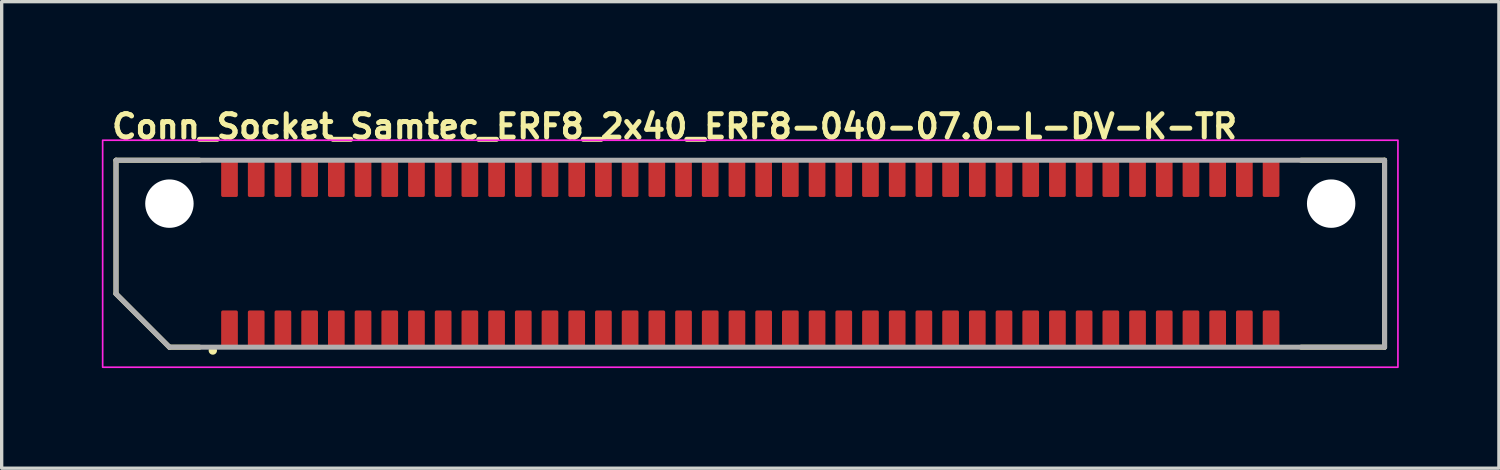
<source format=kicad_pcb>
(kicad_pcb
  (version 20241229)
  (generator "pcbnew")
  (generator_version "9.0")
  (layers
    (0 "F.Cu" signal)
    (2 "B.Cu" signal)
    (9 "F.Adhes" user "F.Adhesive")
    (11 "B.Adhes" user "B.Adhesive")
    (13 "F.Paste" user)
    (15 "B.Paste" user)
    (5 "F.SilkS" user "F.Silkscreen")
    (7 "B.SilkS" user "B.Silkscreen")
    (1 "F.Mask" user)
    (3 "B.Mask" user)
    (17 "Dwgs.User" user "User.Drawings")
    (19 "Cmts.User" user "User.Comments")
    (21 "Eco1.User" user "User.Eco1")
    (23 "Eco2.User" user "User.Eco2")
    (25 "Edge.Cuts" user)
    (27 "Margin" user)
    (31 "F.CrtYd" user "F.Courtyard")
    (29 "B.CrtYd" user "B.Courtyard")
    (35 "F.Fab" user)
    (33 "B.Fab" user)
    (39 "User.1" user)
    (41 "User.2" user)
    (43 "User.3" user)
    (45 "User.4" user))
  (footprint "Conn_Socket_Samtec_ERF8_2x40_ERF8-040-07.0-L-DV-K-TR"
    (layer "F.Cu")
    (at 19.425 4.55)
    (property "Reference" "Conn_Socket_Samtec_ERF8_2x40_ERF8-040-07.0-L-DV-K-TR" (at -19.2 -3.4 0) (layer "F.SilkS") (effects (font (size 0.7 0.7) (thickness 0.15)) (justify left bottom)))
    (attr smd)
    (fp_line (start -19 -2.8) (end -19 1.2) (stroke (width 0.15) (type solid)) (layer "F.SilkS"))
    (fp_line (start -19 -2.8) (end -16.5 -2.8) (stroke (width 0.15) (type solid)) (layer "F.SilkS"))
    (fp_line (start -19 1.2) (end -17.4 2.8) (stroke (width 0.15) (type solid)) (layer "F.SilkS"))
    (fp_line (start -17.4 2.8) (end -16.5 2.8) (stroke (width 0.15) (type solid)) (layer "F.SilkS"))
    (fp_line (start 19 -2.8) (end 16.5 -2.8) (stroke (width 0.15) (type solid)) (layer "F.SilkS"))
    (fp_line (start 19 -2.8) (end 19 2.8) (stroke (width 0.15) (type solid)) (layer "F.SilkS"))
    (fp_line (start 19 2.8) (end 16.5 2.8) (stroke (width 0.15) (type solid)) (layer "F.SilkS"))
    (fp_circle (center -16.1 2.9) (end -16.05 2.9) (stroke (width 0.15) (type solid)) (fill yes) (layer "F.SilkS"))
    (fp_rect (start -19.4 -3.4) (end 19.4 3.4) (stroke (width 0.05) (type solid)) (fill no) (layer "F.CrtYd"))
    (fp_line (start -19 -2.8) (end 19 -2.8) (stroke (width 0.15) (type solid)) (layer "F.Fab"))
    (fp_line (start -19 1.2) (end -19 -2.8) (stroke (width 0.15) (type solid)) (layer "F.Fab"))
    (fp_line (start -19 1.2) (end -17.4 2.8) (stroke (width 0.15) (type solid)) (layer "F.Fab"))
    (fp_line (start 19 -2.8) (end 19 2.8) (stroke (width 0.15) (type solid)) (layer "F.Fab"))
    (fp_line (start 19 2.8) (end -17.4 2.8) (stroke (width 0.15) (type solid)) (layer "F.Fab"))
    (fp_rect (start -19 -3) (end 19 3) (stroke (width 0.1) (type solid)) (fill no) (layer "User.5"))
    (fp_line (start -19 -2.8) (end -19 -2.7) (stroke (width 0.02) (type solid)) (layer "User.9"))
    (fp_line (start -19 -2.7) (end -19 1.25) (stroke (width 0.02) (type solid)) (layer "User.9"))
    (fp_line (start -19 1.25) (end -17.55 2.7) (stroke (width 0.02) (type solid)) (layer "User.9"))
    (fp_line (start -18.449 -1.969) (end -18.16 -1.68) (stroke (width 0.02) (type solid)) (layer "User.9"))
    (fp_line (start -18.449 -1.969) (end -15.83 -1.969) (stroke (width 0.02) (type solid)) (layer "User.9"))
    (fp_line (start -18.449 0.8) (end -18.449 -1.969) (stroke (width 0.02) (type solid)) (layer "User.9"))
    (fp_line (start -18.449 0.8) (end -18.16 0.68) (stroke (width 0.02) (type solid)) (layer "User.9"))
    (fp_line (start -18.16 -1.68) (end -18.16 0.68) (stroke (width 0.02) (type solid)) (layer "User.9"))
    (fp_line (start -18.16 0.68) (end -17.16 1.68) (stroke (width 0.02) (type solid)) (layer "User.9"))
    (fp_line (start -17.55 2.7) (end -17.45 2.8) (stroke (width 0.02) (type solid)) (layer "User.9"))
    (fp_line (start -17.55 2.7) (end -17 2.7) (stroke (width 0.02) (type solid)) (layer "User.9"))
    (fp_line (start -17.45 2.8) (end 19 2.8) (stroke (width 0.02) (type solid)) (layer "User.9"))
    (fp_line (start -17.28 1.969) (end -18.449 0.8) (stroke (width 0.02) (type solid)) (layer "User.9"))
    (fp_line (start -17.28 1.969) (end -17.16 1.68) (stroke (width 0.02) (type solid)) (layer "User.9"))
    (fp_line (start -17.16 1.68) (end -15.83 1.68) (stroke (width 0.02) (type solid)) (layer "User.9"))
    (fp_line (start -17 2.6) (end -17 2.7) (stroke (width 0.02) (type solid)) (layer "User.9"))
    (fp_line (start -17 2.7) (end -16.4 2.7) (stroke (width 0.02) (type solid)) (layer "User.9"))
    (fp_line (start -16.4 2.6) (end -16.4 2.7) (stroke (width 0.02) (type solid)) (layer "User.9"))
    (fp_line (start -16.4 2.7) (end -15.8 2.7) (stroke (width 0.02) (type solid)) (layer "User.9"))
    (fp_line (start -16.06 -1.68) (end -16.06 -1) (stroke (width 0.02) (type solid)) (layer "User.9"))
    (fp_line (start -16.06 1) (end -16.06 -1) (stroke (width 0.02) (type solid)) (layer "User.9"))
    (fp_line (start -16.06 1) (end -16.06 1.68) (stroke (width 0.02) (type solid)) (layer "User.9"))
    (fp_line (start -15.84 1) (end -15.84 -1) (stroke (width 0.02) (type solid)) (layer "User.9"))
    (fp_line (start -15.83 -2.43) (end -15.83 -1.969) (stroke (width 0.02) (type solid)) (layer "User.9"))
    (fp_line (start -15.83 -1.969) (end -15.83 -1.68) (stroke (width 0.02) (type solid)) (layer "User.9"))
    (fp_line (start -15.83 -1.68) (end -18.16 -1.68) (stroke (width 0.02) (type solid)) (layer "User.9"))
    (fp_line (start -15.83 1.68) (end -15.83 1.969) (stroke (width 0.02) (type solid)) (layer "User.9"))
    (fp_line (start -15.83 1.969) (end -17.28 1.969) (stroke (width 0.02) (type solid)) (layer "User.9"))
    (fp_line (start -15.83 1.969) (end -15.83 2.43) (stroke (width 0.02) (type solid)) (layer "User.9"))
    (fp_line (start -15.83 2.43) (end -15.37 2.43) (stroke (width 0.02) (type solid)) (layer "User.9"))
    (fp_line (start -15.8 2.6) (end -17 2.6) (stroke (width 0.02) (type solid)) (layer "User.9"))
    (fp_line (start -15.8 2.6) (end -15.8 2.7) (stroke (width 0.02) (type solid)) (layer "User.9"))
    (fp_line (start -15.8 2.7) (end 19 2.7) (stroke (width 0.02) (type solid)) (layer "User.9"))
    (fp_line (start -15.46 -1) (end -16.06 -1) (stroke (width 0.02) (type solid)) (layer "User.9"))
    (fp_line (start -15.46 1) (end -16.06 1) (stroke (width 0.02) (type solid)) (layer "User.9"))
    (fp_line (start -15.46 1) (end -15.46 -1) (stroke (width 0.02) (type solid)) (layer "User.9"))
    (fp_line (start -15.37 -2.43) (end -15.83 -2.43) (stroke (width 0.02) (type solid)) (layer "User.9"))
    (fp_line (start -15.37 -1.969) (end -15.37 -2.43) (stroke (width 0.02) (type solid)) (layer "User.9"))
    (fp_line (start -15.37 -1.969) (end -15.03 -1.969) (stroke (width 0.02) (type solid)) (layer "User.9"))
    (fp_line (start -15.37 -1.68) (end -15.37 -1.969) (stroke (width 0.02) (type solid)) (layer "User.9"))
    (fp_line (start -15.37 1.68) (end -15.03 1.68) (stroke (width 0.02) (type solid)) (layer "User.9"))
    (fp_line (start -15.37 1.969) (end -15.37 1.68) (stroke (width 0.02) (type solid)) (layer "User.9"))
    (fp_line (start -15.37 2.43) (end -15.37 1.969) (stroke (width 0.02) (type solid)) (layer "User.9"))
    (fp_line (start -15.03 -2.43) (end -15.03 -1.969) (stroke (width 0.02) (type solid)) (layer "User.9"))
    (fp_line (start -15.03 -1.969) (end -15.03 -1.68) (stroke (width 0.02) (type solid)) (layer "User.9"))
    (fp_line (start -15.03 -1.68) (end -15.37 -1.68) (stroke (width 0.02) (type solid)) (layer "User.9"))
    (fp_line (start -15.03 1.68) (end -15.03 1.969) (stroke (width 0.02) (type solid)) (layer "User.9"))
    (fp_line (start -15.03 1.969) (end -15.37 1.969) (stroke (width 0.02) (type solid)) (layer "User.9"))
    (fp_line (start -15.03 1.969) (end -15.03 2.43) (stroke (width 0.02) (type solid)) (layer "User.9"))
    (fp_line (start -15.03 2.43) (end -14.57 2.43) (stroke (width 0.02) (type solid)) (layer "User.9"))
    (fp_line (start -14.57 -2.43) (end -15.03 -2.43) (stroke (width 0.02) (type solid)) (layer "User.9"))
    (fp_line (start -14.57 -1.969) (end -14.57 -2.43) (stroke (width 0.02) (type solid)) (layer "User.9"))
    (fp_line (start -14.57 -1.969) (end -14.23 -1.969) (stroke (width 0.02) (type solid)) (layer "User.9"))
    (fp_line (start -14.57 -1.68) (end -14.57 -1.969) (stroke (width 0.02) (type solid)) (layer "User.9"))
    (fp_line (start -14.57 1.68) (end -14.23 1.68) (stroke (width 0.02) (type solid)) (layer "User.9"))
    (fp_line (start -14.57 1.969) (end -14.57 1.68) (stroke (width 0.02) (type solid)) (layer "User.9"))
    (fp_line (start -14.57 2.43) (end -14.57 1.969) (stroke (width 0.02) (type solid)) (layer "User.9"))
    (fp_line (start -14.23 -2.43) (end -14.23 -1.969) (stroke (width 0.02) (type solid)) (layer "User.9"))
    (fp_line (start -14.23 -1.969) (end -14.23 -1.68) (stroke (width 0.02) (type solid)) (layer "User.9"))
    (fp_line (start -14.23 -1.68) (end -14.57 -1.68) (stroke (width 0.02) (type solid)) (layer "User.9"))
    (fp_line (start -14.23 1.68) (end -14.23 1.969) (stroke (width 0.02) (type solid)) (layer "User.9"))
    (fp_line (start -14.23 1.969) (end -14.57 1.969) (stroke (width 0.02) (type solid)) (layer "User.9"))
    (fp_line (start -14.23 1.969) (end -14.23 2.43) (stroke (width 0.02) (type solid)) (layer "User.9"))
    (fp_line (start -14.23 2.43) (end -13.77 2.43) (stroke (width 0.02) (type solid)) (layer "User.9"))
    (fp_line (start -13.77 -2.43) (end -14.23 -2.43) (stroke (width 0.02) (type solid)) (layer "User.9"))
    (fp_line (start -13.77 -1.969) (end -13.77 -2.43) (stroke (width 0.02) (type solid)) (layer "User.9"))
    (fp_line (start -13.77 -1.969) (end -13.43 -1.969) (stroke (width 0.02) (type solid)) (layer "User.9"))
    (fp_line (start -13.77 -1.68) (end -13.77 -1.969) (stroke (width 0.02) (type solid)) (layer "User.9"))
    (fp_line (start -13.77 1.68) (end -13.43 1.68) (stroke (width 0.02) (type solid)) (layer "User.9"))
    (fp_line (start -13.77 1.969) (end -13.77 1.68) (stroke (width 0.02) (type solid)) (layer "User.9"))
    (fp_line (start -13.77 2.43) (end -13.77 1.969) (stroke (width 0.02) (type solid)) (layer "User.9"))
    (fp_line (start -13.43 -2.43) (end -13.43 -1.969) (stroke (width 0.02) (type solid)) (layer "User.9"))
    (fp_line (start -13.43 -1.969) (end -13.43 -1.68) (stroke (width 0.02) (type solid)) (layer "User.9"))
    (fp_line (start -13.43 -1.68) (end -13.77 -1.68) (stroke (width 0.02) (type solid)) (layer "User.9"))
    (fp_line (start -13.43 1.68) (end -13.43 1.969) (stroke (width 0.02) (type solid)) (layer "User.9"))
    (fp_line (start -13.43 1.969) (end -13.77 1.969) (stroke (width 0.02) (type solid)) (layer "User.9"))
    (fp_line (start -13.43 1.969) (end -13.43 2.43) (stroke (width 0.02) (type solid)) (layer "User.9"))
    (fp_line (start -13.43 2.43) (end -12.97 2.43) (stroke (width 0.02) (type solid)) (layer "User.9"))
    (fp_line (start -12.97 -2.43) (end -13.43 -2.43) (stroke (width 0.02) (type solid)) (layer "User.9"))
    (fp_line (start -12.97 -1.969) (end -12.97 -2.43) (stroke (width 0.02) (type solid)) (layer "User.9"))
    (fp_line (start -12.97 -1.969) (end -12.63 -1.969) (stroke (width 0.02) (type solid)) (layer "User.9"))
    (fp_line (start -12.97 -1.68) (end -12.97 -1.969) (stroke (width 0.02) (type solid)) (layer "User.9"))
    (fp_line (start -12.97 1.68) (end -12.63 1.68) (stroke (width 0.02) (type solid)) (layer "User.9"))
    (fp_line (start -12.97 1.969) (end -12.97 1.68) (stroke (width 0.02) (type solid)) (layer "User.9"))
    (fp_line (start -12.97 2.43) (end -12.97 1.969) (stroke (width 0.02) (type solid)) (layer "User.9"))
    (fp_line (start -12.63 -2.43) (end -12.63 -1.969) (stroke (width 0.02) (type solid)) (layer "User.9"))
    (fp_line (start -12.63 -1.969) (end -12.63 -1.68) (stroke (width 0.02) (type solid)) (layer "User.9"))
    (fp_line (start -12.63 -1.68) (end -12.97 -1.68) (stroke (width 0.02) (type solid)) (layer "User.9"))
    (fp_line (start -12.63 1.68) (end -12.63 1.969) (stroke (width 0.02) (type solid)) (layer "User.9"))
    (fp_line (start -12.63 1.969) (end -12.97 1.969) (stroke (width 0.02) (type solid)) (layer "User.9"))
    (fp_line (start -12.63 1.969) (end -12.63 2.43) (stroke (width 0.02) (type solid)) (layer "User.9"))
    (fp_line (start -12.63 2.43) (end -12.17 2.43) (stroke (width 0.02) (type solid)) (layer "User.9"))
    (fp_line (start -12.17 -2.43) (end -12.63 -2.43) (stroke (width 0.02) (type solid)) (layer "User.9"))
    (fp_line (start -12.17 -1.969) (end -12.17 -2.43) (stroke (width 0.02) (type solid)) (layer "User.9"))
    (fp_line (start -12.17 -1.969) (end -11.83 -1.969) (stroke (width 0.02) (type solid)) (layer "User.9"))
    (fp_line (start -12.17 -1.68) (end -12.17 -1.969) (stroke (width 0.02) (type solid)) (layer "User.9"))
    (fp_line (start -12.17 1.68) (end -11.83 1.68) (stroke (width 0.02) (type solid)) (layer "User.9"))
    (fp_line (start -12.17 1.969) (end -12.17 1.68) (stroke (width 0.02) (type solid)) (layer "User.9"))
    (fp_line (start -12.17 2.43) (end -12.17 1.969) (stroke (width 0.02) (type solid)) (layer "User.9"))
    (fp_line (start -11.83 -2.43) (end -11.83 -1.969) (stroke (width 0.02) (type solid)) (layer "User.9"))
    (fp_line (start -11.83 -1.969) (end -11.83 -1.68) (stroke (width 0.02) (type solid)) (layer "User.9"))
    (fp_line (start -11.83 -1.68) (end -12.17 -1.68) (stroke (width 0.02) (type solid)) (layer "User.9"))
    (fp_line (start -11.83 1.68) (end -11.83 1.969) (stroke (width 0.02) (type solid)) (layer "User.9"))
    (fp_line (start -11.83 1.969) (end -12.17 1.969) (stroke (width 0.02) (type solid)) (layer "User.9"))
    (fp_line (start -11.83 1.969) (end -11.83 2.43) (stroke (width 0.02) (type solid)) (layer "User.9"))
    (fp_line (start -11.83 2.43) (end -11.37 2.43) (stroke (width 0.02) (type solid)) (layer "User.9"))
    (fp_line (start -11.37 -2.43) (end -11.83 -2.43) (stroke (width 0.02) (type solid)) (layer "User.9"))
    (fp_line (start -11.37 -1.969) (end -11.37 -2.43) (stroke (width 0.02) (type solid)) (layer "User.9"))
    (fp_line (start -11.37 -1.969) (end -11.03 -1.969) (stroke (width 0.02) (type solid)) (layer "User.9"))
    (fp_line (start -11.37 -1.68) (end -11.37 -1.969) (stroke (width 0.02) (type solid)) (layer "User.9"))
    (fp_line (start -11.37 1.68) (end -11.03 1.68) (stroke (width 0.02) (type solid)) (layer "User.9"))
    (fp_line (start -11.37 1.969) (end -11.37 1.68) (stroke (width 0.02) (type solid)) (layer "User.9"))
    (fp_line (start -11.37 2.43) (end -11.37 1.969) (stroke (width 0.02) (type solid)) (layer "User.9"))
    (fp_line (start -11.03 -2.43) (end -11.03 -1.969) (stroke (width 0.02) (type solid)) (layer "User.9"))
    (fp_line (start -11.03 -1.969) (end -11.03 -1.68) (stroke (width 0.02) (type solid)) (layer "User.9"))
    (fp_line (start -11.03 -1.68) (end -11.37 -1.68) (stroke (width 0.02) (type solid)) (layer "User.9"))
    (fp_line (start -11.03 1.68) (end -11.03 1.969) (stroke (width 0.02) (type solid)) (layer "User.9"))
    (fp_line (start -11.03 1.969) (end -11.37 1.969) (stroke (width 0.02) (type solid)) (layer "User.9"))
    (fp_line (start -11.03 1.969) (end -11.03 2.43) (stroke (width 0.02) (type solid)) (layer "User.9"))
    (fp_line (start -11.03 2.43) (end -10.57 2.43) (stroke (width 0.02) (type solid)) (layer "User.9"))
    (fp_line (start -10.57 -2.43) (end -11.03 -2.43) (stroke (width 0.02) (type solid)) (layer "User.9"))
    (fp_line (start -10.57 -1.969) (end -10.57 -2.43) (stroke (width 0.02) (type solid)) (layer "User.9"))
    (fp_line (start -10.57 -1.969) (end -10.23 -1.969) (stroke (width 0.02) (type solid)) (layer "User.9"))
    (fp_line (start -10.57 -1.68) (end -10.57 -1.969) (stroke (width 0.02) (type solid)) (layer "User.9"))
    (fp_line (start -10.57 1.68) (end -10.23 1.68) (stroke (width 0.02) (type solid)) (layer "User.9"))
    (fp_line (start -10.57 1.969) (end -10.57 1.68) (stroke (width 0.02) (type solid)) (layer "User.9"))
    (fp_line (start -10.57 2.43) (end -10.57 1.969) (stroke (width 0.02) (type solid)) (layer "User.9"))
    (fp_line (start -10.23 -2.43) (end -10.23 -1.969) (stroke (width 0.02) (type solid)) (layer "User.9"))
    (fp_line (start -10.23 -1.969) (end -10.23 -1.68) (stroke (width 0.02) (type solid)) (layer "User.9"))
    (fp_line (start -10.23 -1.68) (end -10.57 -1.68) (stroke (width 0.02) (type solid)) (layer "User.9"))
    (fp_line (start -10.23 1.68) (end -10.23 1.969) (stroke (width 0.02) (type solid)) (layer "User.9"))
    (fp_line (start -10.23 1.969) (end -10.57 1.969) (stroke (width 0.02) (type solid)) (layer "User.9"))
    (fp_line (start -10.23 1.969) (end -10.23 2.43) (stroke (width 0.02) (type solid)) (layer "User.9"))
    (fp_line (start -10.23 2.43) (end -9.77 2.43) (stroke (width 0.02) (type solid)) (layer "User.9"))
    (fp_line (start -9.77 -2.43) (end -10.23 -2.43) (stroke (width 0.02) (type solid)) (layer "User.9"))
    (fp_line (start -9.77 -1.969) (end -9.77 -2.43) (stroke (width 0.02) (type solid)) (layer "User.9"))
    (fp_line (start -9.77 -1.969) (end -9.43 -1.969) (stroke (width 0.02) (type solid)) (layer "User.9"))
    (fp_line (start -9.77 -1.68) (end -9.77 -1.969) (stroke (width 0.02) (type solid)) (layer "User.9"))
    (fp_line (start -9.77 1.68) (end -9.43 1.68) (stroke (width 0.02) (type solid)) (layer "User.9"))
    (fp_line (start -9.77 1.969) (end -9.77 1.68) (stroke (width 0.02) (type solid)) (layer "User.9"))
    (fp_line (start -9.77 2.43) (end -9.77 1.969) (stroke (width 0.02) (type solid)) (layer "User.9"))
    (fp_line (start -9.43 -2.43) (end -9.43 -1.969) (stroke (width 0.02) (type solid)) (layer "User.9"))
    (fp_line (start -9.43 -1.969) (end -9.43 -1.68) (stroke (width 0.02) (type solid)) (layer "User.9"))
    (fp_line (start -9.43 -1.68) (end -9.77 -1.68) (stroke (width 0.02) (type solid)) (layer "User.9"))
    (fp_line (start -9.43 1.68) (end -9.43 1.969) (stroke (width 0.02) (type solid)) (layer "User.9"))
    (fp_line (start -9.43 1.969) (end -9.77 1.969) (stroke (width 0.02) (type solid)) (layer "User.9"))
    (fp_line (start -9.43 1.969) (end -9.43 2.43) (stroke (width 0.02) (type solid)) (layer "User.9"))
    (fp_line (start -9.43 2.43) (end -8.97 2.43) (stroke (width 0.02) (type solid)) (layer "User.9"))
    (fp_line (start -8.97 -2.43) (end -9.43 -2.43) (stroke (width 0.02) (type solid)) (layer "User.9"))
    (fp_line (start -8.97 -1.969) (end -8.97 -2.43) (stroke (width 0.02) (type solid)) (layer "User.9"))
    (fp_line (start -8.97 -1.969) (end -8.63 -1.969) (stroke (width 0.02) (type solid)) (layer "User.9"))
    (fp_line (start -8.97 -1.68) (end -8.97 -1.969) (stroke (width 0.02) (type solid)) (layer "User.9"))
    (fp_line (start -8.97 1.68) (end -8.63 1.68) (stroke (width 0.02) (type solid)) (layer "User.9"))
    (fp_line (start -8.97 1.969) (end -8.97 1.68) (stroke (width 0.02) (type solid)) (layer "User.9"))
    (fp_line (start -8.97 2.43) (end -8.97 1.969) (stroke (width 0.02) (type solid)) (layer "User.9"))
    (fp_line (start -8.63 -2.43) (end -8.63 -1.969) (stroke (width 0.02) (type solid)) (layer "User.9"))
    (fp_line (start -8.63 -1.969) (end -8.63 -1.68) (stroke (width 0.02) (type solid)) (layer "User.9"))
    (fp_line (start -8.63 -1.68) (end -8.97 -1.68) (stroke (width 0.02) (type solid)) (layer "User.9"))
    (fp_line (start -8.63 1.68) (end -8.63 1.969) (stroke (width 0.02) (type solid)) (layer "User.9"))
    (fp_line (start -8.63 1.969) (end -8.97 1.969) (stroke (width 0.02) (type solid)) (layer "User.9"))
    (fp_line (start -8.63 1.969) (end -8.63 2.43) (stroke (width 0.02) (type solid)) (layer "User.9"))
    (fp_line (start -8.63 2.43) (end -8.17 2.43) (stroke (width 0.02) (type solid)) (layer "User.9"))
    (fp_line (start -8.17 -2.43) (end -8.63 -2.43) (stroke (width 0.02) (type solid)) (layer "User.9"))
    (fp_line (start -8.17 -1.969) (end -8.17 -2.43) (stroke (width 0.02) (type solid)) (layer "User.9"))
    (fp_line (start -8.17 -1.969) (end -7.83 -1.969) (stroke (width 0.02) (type solid)) (layer "User.9"))
    (fp_line (start -8.17 -1.68) (end -8.17 -1.969) (stroke (width 0.02) (type solid)) (layer "User.9"))
    (fp_line (start -8.17 1.68) (end -7.83 1.68) (stroke (width 0.02) (type solid)) (layer "User.9"))
    (fp_line (start -8.17 1.969) (end -8.17 1.68) (stroke (width 0.02) (type solid)) (layer "User.9"))
    (fp_line (start -8.17 2.43) (end -8.17 1.969) (stroke (width 0.02) (type solid)) (layer "User.9"))
    (fp_line (start -7.83 -2.43) (end -7.83 -1.969) (stroke (width 0.02) (type solid)) (layer "User.9"))
    (fp_line (start -7.83 -1.969) (end -7.83 -1.68) (stroke (width 0.02) (type solid)) (layer "User.9"))
    (fp_line (start -7.83 -1.68) (end -8.17 -1.68) (stroke (width 0.02) (type solid)) (layer "User.9"))
    (fp_line (start -7.83 1.68) (end -7.83 1.969) (stroke (width 0.02) (type solid)) (layer "User.9"))
    (fp_line (start -7.83 1.969) (end -8.17 1.969) (stroke (width 0.02) (type solid)) (layer "User.9"))
    (fp_line (start -7.83 1.969) (end -7.83 2.43) (stroke (width 0.02) (type solid)) (layer "User.9"))
    (fp_line (start -7.83 2.43) (end -7.37 2.43) (stroke (width 0.02) (type solid)) (layer "User.9"))
    (fp_line (start -7.37 -2.43) (end -7.83 -2.43) (stroke (width 0.02) (type solid)) (layer "User.9"))
    (fp_line (start -7.37 -1.969) (end -7.37 -2.43) (stroke (width 0.02) (type solid)) (layer "User.9"))
    (fp_line (start -7.37 -1.969) (end -7.03 -1.969) (stroke (width 0.02) (type solid)) (layer "User.9"))
    (fp_line (start -7.37 -1.68) (end -7.37 -1.969) (stroke (width 0.02) (type solid)) (layer "User.9"))
    (fp_line (start -7.37 1.68) (end -7.03 1.68) (stroke (width 0.02) (type solid)) (layer "User.9"))
    (fp_line (start -7.37 1.969) (end -7.37 1.68) (stroke (width 0.02) (type solid)) (layer "User.9"))
    (fp_line (start -7.37 2.43) (end -7.37 1.969) (stroke (width 0.02) (type solid)) (layer "User.9"))
    (fp_line (start -7.03 -2.43) (end -7.03 -1.969) (stroke (width 0.02) (type solid)) (layer "User.9"))
    (fp_line (start -7.03 -1.969) (end -7.03 -1.68) (stroke (width 0.02) (type solid)) (layer "User.9"))
    (fp_line (start -7.03 -1.68) (end -7.37 -1.68) (stroke (width 0.02) (type solid)) (layer "User.9"))
    (fp_line (start -7.03 1.68) (end -7.03 1.969) (stroke (width 0.02) (type solid)) (layer "User.9"))
    (fp_line (start -7.03 1.969) (end -7.37 1.969) (stroke (width 0.02) (type solid)) (layer "User.9"))
    (fp_line (start -7.03 1.969) (end -7.03 2.43) (stroke (width 0.02) (type solid)) (layer "User.9"))
    (fp_line (start -7.03 2.43) (end -6.57 2.43) (stroke (width 0.02) (type solid)) (layer "User.9"))
    (fp_line (start -6.57 -2.43) (end -7.03 -2.43) (stroke (width 0.02) (type solid)) (layer "User.9"))
    (fp_line (start -6.57 -1.969) (end -6.57 -2.43) (stroke (width 0.02) (type solid)) (layer "User.9"))
    (fp_line (start -6.57 -1.969) (end -6.23 -1.969) (stroke (width 0.02) (type solid)) (layer "User.9"))
    (fp_line (start -6.57 -1.68) (end -6.57 -1.969) (stroke (width 0.02) (type solid)) (layer "User.9"))
    (fp_line (start -6.57 1.68) (end -6.23 1.68) (stroke (width 0.02) (type solid)) (layer "User.9"))
    (fp_line (start -6.57 1.969) (end -6.57 1.68) (stroke (width 0.02) (type solid)) (layer "User.9"))
    (fp_line (start -6.57 2.43) (end -6.57 1.969) (stroke (width 0.02) (type solid)) (layer "User.9"))
    (fp_line (start -6.23 -2.43) (end -6.23 -1.969) (stroke (width 0.02) (type solid)) (layer "User.9"))
    (fp_line (start -6.23 -1.969) (end -6.23 -1.68) (stroke (width 0.02) (type solid)) (layer "User.9"))
    (fp_line (start -6.23 -1.68) (end -6.57 -1.68) (stroke (width 0.02) (type solid)) (layer "User.9"))
    (fp_line (start -6.23 1.68) (end -6.23 1.969) (stroke (width 0.02) (type solid)) (layer "User.9"))
    (fp_line (start -6.23 1.969) (end -6.57 1.969) (stroke (width 0.02) (type solid)) (layer "User.9"))
    (fp_line (start -6.23 1.969) (end -6.23 2.43) (stroke (width 0.02) (type solid)) (layer "User.9"))
    (fp_line (start -6.23 2.43) (end -5.77 2.43) (stroke (width 0.02) (type solid)) (layer "User.9"))
    (fp_line (start -5.77 -2.43) (end -6.23 -2.43) (stroke (width 0.02) (type solid)) (layer "User.9"))
    (fp_line (start -5.77 -1.969) (end -5.77 -2.43) (stroke (width 0.02) (type solid)) (layer "User.9"))
    (fp_line (start -5.77 -1.969) (end -5.43 -1.969) (stroke (width 0.02) (type solid)) (layer "User.9"))
    (fp_line (start -5.77 -1.68) (end -5.77 -1.969) (stroke (width 0.02) (type solid)) (layer "User.9"))
    (fp_line (start -5.77 1.68) (end -5.43 1.68) (stroke (width 0.02) (type solid)) (layer "User.9"))
    (fp_line (start -5.77 1.969) (end -5.77 1.68) (stroke (width 0.02) (type solid)) (layer "User.9"))
    (fp_line (start -5.77 2.43) (end -5.77 1.969) (stroke (width 0.02) (type solid)) (layer "User.9"))
    (fp_line (start -5.43 -2.43) (end -5.43 -1.969) (stroke (width 0.02) (type solid)) (layer "User.9"))
    (fp_line (start -5.43 -1.969) (end -5.43 -1.68) (stroke (width 0.02) (type solid)) (layer "User.9"))
    (fp_line (start -5.43 -1.68) (end -5.77 -1.68) (stroke (width 0.02) (type solid)) (layer "User.9"))
    (fp_line (start -5.43 1.68) (end -5.43 1.969) (stroke (width 0.02) (type solid)) (layer "User.9"))
    (fp_line (start -5.43 1.969) (end -5.77 1.969) (stroke (width 0.02) (type solid)) (layer "User.9"))
    (fp_line (start -5.43 1.969) (end -5.43 2.43) (stroke (width 0.02) (type solid)) (layer "User.9"))
    (fp_line (start -5.43 2.43) (end -4.97 2.43) (stroke (width 0.02) (type solid)) (layer "User.9"))
    (fp_line (start -4.97 -2.43) (end -5.43 -2.43) (stroke (width 0.02) (type solid)) (layer "User.9"))
    (fp_line (start -4.97 -1.969) (end -4.97 -2.43) (stroke (width 0.02) (type solid)) (layer "User.9"))
    (fp_line (start -4.97 -1.969) (end -4.63 -1.969) (stroke (width 0.02) (type solid)) (layer "User.9"))
    (fp_line (start -4.97 -1.68) (end -4.97 -1.969) (stroke (width 0.02) (type solid)) (layer "User.9"))
    (fp_line (start -4.97 1.68) (end -4.63 1.68) (stroke (width 0.02) (type solid)) (layer "User.9"))
    (fp_line (start -4.97 1.969) (end -4.97 1.68) (stroke (width 0.02) (type solid)) (layer "User.9"))
    (fp_line (start -4.97 2.43) (end -4.97 1.969) (stroke (width 0.02) (type solid)) (layer "User.9"))
    (fp_line (start -4.63 -2.43) (end -4.63 -1.969) (stroke (width 0.02) (type solid)) (layer "User.9"))
    (fp_line (start -4.63 -1.969) (end -4.63 -1.68) (stroke (width 0.02) (type solid)) (layer "User.9"))
    (fp_line (start -4.63 -1.68) (end -4.97 -1.68) (stroke (width 0.02) (type solid)) (layer "User.9"))
    (fp_line (start -4.63 1.68) (end -4.63 1.969) (stroke (width 0.02) (type solid)) (layer "User.9"))
    (fp_line (start -4.63 1.969) (end -4.97 1.969) (stroke (width 0.02) (type solid)) (layer "User.9"))
    (fp_line (start -4.63 1.969) (end -4.63 2.43) (stroke (width 0.02) (type solid)) (layer "User.9"))
    (fp_line (start -4.63 2.43) (end -4.17 2.43) (stroke (width 0.02) (type solid)) (layer "User.9"))
    (fp_line (start -4.17 -2.43) (end -4.63 -2.43) (stroke (width 0.02) (type solid)) (layer "User.9"))
    (fp_line (start -4.17 -1.969) (end -4.17 -2.43) (stroke (width 0.02) (type solid)) (layer "User.9"))
    (fp_line (start -4.17 -1.969) (end -3.83 -1.969) (stroke (width 0.02) (type solid)) (layer "User.9"))
    (fp_line (start -4.17 -1.68) (end -4.17 -1.969) (stroke (width 0.02) (type solid)) (layer "User.9"))
    (fp_line (start -4.17 1.68) (end -3.83 1.68) (stroke (width 0.02) (type solid)) (layer "User.9"))
    (fp_line (start -4.17 1.969) (end -4.17 1.68) (stroke (width 0.02) (type solid)) (layer "User.9"))
    (fp_line (start -4.17 2.43) (end -4.17 1.969) (stroke (width 0.02) (type solid)) (layer "User.9"))
    (fp_line (start -3.83 -2.43) (end -3.83 -1.969) (stroke (width 0.02) (type solid)) (layer "User.9"))
    (fp_line (start -3.83 -1.969) (end -3.83 -1.68) (stroke (width 0.02) (type solid)) (layer "User.9"))
    (fp_line (start -3.83 -1.68) (end -4.17 -1.68) (stroke (width 0.02) (type solid)) (layer "User.9"))
    (fp_line (start -3.83 1.68) (end -3.83 1.969) (stroke (width 0.02) (type solid)) (layer "User.9"))
    (fp_line (start -3.83 1.969) (end -4.17 1.969) (stroke (width 0.02) (type solid)) (layer "User.9"))
    (fp_line (start -3.83 1.969) (end -3.83 2.43) (stroke (width 0.02) (type solid)) (layer "User.9"))
    (fp_line (start -3.83 2.43) (end -3.37 2.43) (stroke (width 0.02) (type solid)) (layer "User.9"))
    (fp_line (start -3.37 -2.43) (end -3.83 -2.43) (stroke (width 0.02) (type solid)) (layer "User.9"))
    (fp_line (start -3.37 -1.969) (end -3.37 -2.43) (stroke (width 0.02) (type solid)) (layer "User.9"))
    (fp_line (start -3.37 -1.969) (end -3.03 -1.969) (stroke (width 0.02) (type solid)) (layer "User.9"))
    (fp_line (start -3.37 -1.68) (end -3.37 -1.969) (stroke (width 0.02) (type solid)) (layer "User.9"))
    (fp_line (start -3.37 1.68) (end -3.03 1.68) (stroke (width 0.02) (type solid)) (layer "User.9"))
    (fp_line (start -3.37 1.969) (end -3.37 1.68) (stroke (width 0.02) (type solid)) (layer "User.9"))
    (fp_line (start -3.37 2.43) (end -3.37 1.969) (stroke (width 0.02) (type solid)) (layer "User.9"))
    (fp_line (start -3.03 -2.43) (end -3.03 -1.969) (stroke (width 0.02) (type solid)) (layer "User.9"))
    (fp_line (start -3.03 -1.969) (end -3.03 -1.68) (stroke (width 0.02) (type solid)) (layer "User.9"))
    (fp_line (start -3.03 -1.68) (end -3.37 -1.68) (stroke (width 0.02) (type solid)) (layer "User.9"))
    (fp_line (start -3.03 1.68) (end -3.03 1.969) (stroke (width 0.02) (type solid)) (layer "User.9"))
    (fp_line (start -3.03 1.969) (end -3.37 1.969) (stroke (width 0.02) (type solid)) (layer "User.9"))
    (fp_line (start -3.03 1.969) (end -3.03 2.43) (stroke (width 0.02) (type solid)) (layer "User.9"))
    (fp_line (start -3.03 2.43) (end -2.57 2.43) (stroke (width 0.02) (type solid)) (layer "User.9"))
    (fp_line (start -2.57 -2.43) (end -3.03 -2.43) (stroke (width 0.02) (type solid)) (layer "User.9"))
    (fp_line (start -2.57 -1.969) (end -2.57 -2.43) (stroke (width 0.02) (type solid)) (layer "User.9"))
    (fp_line (start -2.57 -1.969) (end -2.23 -1.969) (stroke (width 0.02) (type solid)) (layer "User.9"))
    (fp_line (start -2.57 -1.68) (end -2.57 -1.969) (stroke (width 0.02) (type solid)) (layer "User.9"))
    (fp_line (start -2.57 1.68) (end -2.23 1.68) (stroke (width 0.02) (type solid)) (layer "User.9"))
    (fp_line (start -2.57 1.969) (end -2.57 1.68) (stroke (width 0.02) (type solid)) (layer "User.9"))
    (fp_line (start -2.57 2.43) (end -2.57 1.969) (stroke (width 0.02) (type solid)) (layer "User.9"))
    (fp_line (start -2.23 -2.43) (end -2.23 -1.969) (stroke (width 0.02) (type solid)) (layer "User.9"))
    (fp_line (start -2.23 -1.969) (end -2.23 -1.68) (stroke (width 0.02) (type solid)) (layer "User.9"))
    (fp_line (start -2.23 -1.68) (end -2.57 -1.68) (stroke (width 0.02) (type solid)) (layer "User.9"))
    (fp_line (start -2.23 1.68) (end -2.23 1.969) (stroke (width 0.02) (type solid)) (layer "User.9"))
    (fp_line (start -2.23 1.969) (end -2.57 1.969) (stroke (width 0.02) (type solid)) (layer "User.9"))
    (fp_line (start -2.23 1.969) (end -2.23 2.43) (stroke (width 0.02) (type solid)) (layer "User.9"))
    (fp_line (start -2.23 2.43) (end -1.77 2.43) (stroke (width 0.02) (type solid)) (layer "User.9"))
    (fp_line (start -1.77 -2.43) (end -2.23 -2.43) (stroke (width 0.02) (type solid)) (layer "User.9"))
    (fp_line (start -1.77 -1.969) (end -1.77 -2.43) (stroke (width 0.02) (type solid)) (layer "User.9"))
    (fp_line (start -1.77 -1.969) (end -1.43 -1.969) (stroke (width 0.02) (type solid)) (layer "User.9"))
    (fp_line (start -1.77 -1.68) (end -1.77 -1.969) (stroke (width 0.02) (type solid)) (layer "User.9"))
    (fp_line (start -1.77 1.68) (end -1.43 1.68) (stroke (width 0.02) (type solid)) (layer "User.9"))
    (fp_line (start -1.77 1.969) (end -1.77 1.68) (stroke (width 0.02) (type solid)) (layer "User.9"))
    (fp_line (start -1.77 2.43) (end -1.77 1.969) (stroke (width 0.02) (type solid)) (layer "User.9"))
    (fp_line (start -1.43 -2.43) (end -1.43 -1.969) (stroke (width 0.02) (type solid)) (layer "User.9"))
    (fp_line (start -1.43 -1.969) (end -1.43 -1.68) (stroke (width 0.02) (type solid)) (layer "User.9"))
    (fp_line (start -1.43 -1.68) (end -1.77 -1.68) (stroke (width 0.02) (type solid)) (layer "User.9"))
    (fp_line (start -1.43 1.68) (end -1.43 1.969) (stroke (width 0.02) (type solid)) (layer "User.9"))
    (fp_line (start -1.43 1.969) (end -1.77 1.969) (stroke (width 0.02) (type solid)) (layer "User.9"))
    (fp_line (start -1.43 1.969) (end -1.43 2.43) (stroke (width 0.02) (type solid)) (layer "User.9"))
    (fp_line (start -1.43 2.43) (end -0.97 2.43) (stroke (width 0.02) (type solid)) (layer "User.9"))
    (fp_line (start -0.97 -2.43) (end -1.43 -2.43) (stroke (width 0.02) (type solid)) (layer "User.9"))
    (fp_line (start -0.97 -1.969) (end -0.97 -2.43) (stroke (width 0.02) (type solid)) (layer "User.9"))
    (fp_line (start -0.97 -1.969) (end -0.63 -1.969) (stroke (width 0.02) (type solid)) (layer "User.9"))
    (fp_line (start -0.97 -1.68) (end -0.97 -1.969) (stroke (width 0.02) (type solid)) (layer "User.9"))
    (fp_line (start -0.97 1.68) (end -0.63 1.68) (stroke (width 0.02) (type solid)) (layer "User.9"))
    (fp_line (start -0.97 1.969) (end -0.97 1.68) (stroke (width 0.02) (type solid)) (layer "User.9"))
    (fp_line (start -0.97 2.43) (end -0.97 1.969) (stroke (width 0.02) (type solid)) (layer "User.9"))
    (fp_line (start -0.63 -2.43) (end -0.63 -1.969) (stroke (width 0.02) (type solid)) (layer "User.9"))
    (fp_line (start -0.63 -1.969) (end -0.63 -1.68) (stroke (width 0.02) (type solid)) (layer "User.9"))
    (fp_line (start -0.63 -1.68) (end -0.97 -1.68) (stroke (width 0.02) (type solid)) (layer "User.9"))
    (fp_line (start -0.63 1.68) (end -0.63 1.969) (stroke (width 0.02) (type solid)) (layer "User.9"))
    (fp_line (start -0.63 1.969) (end -0.97 1.969) (stroke (width 0.02) (type solid)) (layer "User.9"))
    (fp_line (start -0.63 1.969) (end -0.63 2.43) (stroke (width 0.02) (type solid)) (layer "User.9"))
    (fp_line (start -0.63 2.43) (end -0.17 2.43) (stroke (width 0.02) (type solid)) (layer "User.9"))
    (fp_line (start -0.17 -2.43) (end -0.63 -2.43) (stroke (width 0.02) (type solid)) (layer "User.9"))
    (fp_line (start -0.17 -1.969) (end -0.17 -2.43) (stroke (width 0.02) (type solid)) (layer "User.9"))
    (fp_line (start -0.17 -1.969) (end 0.17 -1.969) (stroke (width 0.02) (type solid)) (layer "User.9"))
    (fp_line (start -0.17 -1.68) (end -0.17 -1.969) (stroke (width 0.02) (type solid)) (layer "User.9"))
    (fp_line (start -0.17 1.68) (end 0.17 1.68) (stroke (width 0.02) (type solid)) (layer "User.9"))
    (fp_line (start -0.17 1.969) (end -0.17 1.68) (stroke (width 0.02) (type solid)) (layer "User.9"))
    (fp_line (start -0.17 2.43) (end -0.17 1.969) (stroke (width 0.02) (type solid)) (layer "User.9"))
    (fp_line (start 0.17 -2.43) (end 0.17 -1.969) (stroke (width 0.02) (type solid)) (layer "User.9"))
    (fp_line (start 0.17 -1.969) (end 0.17 -1.68) (stroke (width 0.02) (type solid)) (layer "User.9"))
    (fp_line (start 0.17 -1.68) (end -0.17 -1.68) (stroke (width 0.02) (type solid)) (layer "User.9"))
    (fp_line (start 0.17 1.68) (end 0.17 1.969) (stroke (width 0.02) (type solid)) (layer "User.9"))
    (fp_line (start 0.17 1.969) (end -0.17 1.969) (stroke (width 0.02) (type solid)) (layer "User.9"))
    (fp_line (start 0.17 1.969) (end 0.17 2.43) (stroke (width 0.02) (type solid)) (layer "User.9"))
    (fp_line (start 0.17 2.43) (end 0.63 2.43) (stroke (width 0.02) (type solid)) (layer "User.9"))
    (fp_line (start 0.63 -2.43) (end 0.17 -2.43) (stroke (width 0.02) (type solid)) (layer "User.9"))
    (fp_line (start 0.63 -1.969) (end 0.63 -2.43) (stroke (width 0.02) (type solid)) (layer "User.9"))
    (fp_line (start 0.63 -1.969) (end 0.97 -1.969) (stroke (width 0.02) (type solid)) (layer "User.9"))
    (fp_line (start 0.63 -1.68) (end 0.63 -1.969) (stroke (width 0.02) (type solid)) (layer "User.9"))
    (fp_line (start 0.63 1.68) (end 0.97 1.68) (stroke (width 0.02) (type solid)) (layer "User.9"))
    (fp_line (start 0.63 1.969) (end 0.63 1.68) (stroke (width 0.02) (type solid)) (layer "User.9"))
    (fp_line (start 0.63 2.43) (end 0.63 1.969) (stroke (width 0.02) (type solid)) (layer "User.9"))
    (fp_line (start 0.97 -2.43) (end 0.97 -1.969) (stroke (width 0.02) (type solid)) (layer "User.9"))
    (fp_line (start 0.97 -1.969) (end 0.97 -1.68) (stroke (width 0.02) (type solid)) (layer "User.9"))
    (fp_line (start 0.97 -1.68) (end 0.63 -1.68) (stroke (width 0.02) (type solid)) (layer "User.9"))
    (fp_line (start 0.97 1.68) (end 0.97 1.969) (stroke (width 0.02) (type solid)) (layer "User.9"))
    (fp_line (start 0.97 1.969) (end 0.63 1.969) (stroke (width 0.02) (type solid)) (layer "User.9"))
    (fp_line (start 0.97 1.969) (end 0.97 2.43) (stroke (width 0.02) (type solid)) (layer "User.9"))
    (fp_line (start 0.97 2.43) (end 1.43 2.43) (stroke (width 0.02) (type solid)) (layer "User.9"))
    (fp_line (start 1.43 -2.43) (end 0.97 -2.43) (stroke (width 0.02) (type solid)) (layer "User.9"))
    (fp_line (start 1.43 -1.969) (end 1.43 -2.43) (stroke (width 0.02) (type solid)) (layer "User.9"))
    (fp_line (start 1.43 -1.969) (end 1.77 -1.969) (stroke (width 0.02) (type solid)) (layer "User.9"))
    (fp_line (start 1.43 -1.68) (end 1.43 -1.969) (stroke (width 0.02) (type solid)) (layer "User.9"))
    (fp_line (start 1.43 1.68) (end 1.77 1.68) (stroke (width 0.02) (type solid)) (layer "User.9"))
    (fp_line (start 1.43 1.969) (end 1.43 1.68) (stroke (width 0.02) (type solid)) (layer "User.9"))
    (fp_line (start 1.43 2.43) (end 1.43 1.969) (stroke (width 0.02) (type solid)) (layer "User.9"))
    (fp_line (start 1.77 -2.43) (end 1.77 -1.969) (stroke (width 0.02) (type solid)) (layer "User.9"))
    (fp_line (start 1.77 -1.969) (end 1.77 -1.68) (stroke (width 0.02) (type solid)) (layer "User.9"))
    (fp_line (start 1.77 -1.68) (end 1.43 -1.68) (stroke (width 0.02) (type solid)) (layer "User.9"))
    (fp_line (start 1.77 1.68) (end 1.77 1.969) (stroke (width 0.02) (type solid)) (layer "User.9"))
    (fp_line (start 1.77 1.969) (end 1.43 1.969) (stroke (width 0.02) (type solid)) (layer "User.9"))
    (fp_line (start 1.77 1.969) (end 1.77 2.43) (stroke (width 0.02) (type solid)) (layer "User.9"))
    (fp_line (start 1.77 2.43) (end 2.23 2.43) (stroke (width 0.02) (type solid)) (layer "User.9"))
    (fp_line (start 2.23 -2.43) (end 1.77 -2.43) (stroke (width 0.02) (type solid)) (layer "User.9"))
    (fp_line (start 2.23 -1.969) (end 2.23 -2.43) (stroke (width 0.02) (type solid)) (layer "User.9"))
    (fp_line (start 2.23 -1.969) (end 2.57 -1.969) (stroke (width 0.02) (type solid)) (layer "User.9"))
    (fp_line (start 2.23 -1.68) (end 2.23 -1.969) (stroke (width 0.02) (type solid)) (layer "User.9"))
    (fp_line (start 2.23 1.68) (end 2.57 1.68) (stroke (width 0.02) (type solid)) (layer "User.9"))
    (fp_line (start 2.23 1.969) (end 2.23 1.68) (stroke (width 0.02) (type solid)) (layer "User.9"))
    (fp_line (start 2.23 2.43) (end 2.23 1.969) (stroke (width 0.02) (type solid)) (layer "User.9"))
    (fp_line (start 2.57 -2.43) (end 2.57 -1.969) (stroke (width 0.02) (type solid)) (layer "User.9"))
    (fp_line (start 2.57 -1.969) (end 2.57 -1.68) (stroke (width 0.02) (type solid)) (layer "User.9"))
    (fp_line (start 2.57 -1.68) (end 2.23 -1.68) (stroke (width 0.02) (type solid)) (layer "User.9"))
    (fp_line (start 2.57 1.68) (end 2.57 1.969) (stroke (width 0.02) (type solid)) (layer "User.9"))
    (fp_line (start 2.57 1.969) (end 2.23 1.969) (stroke (width 0.02) (type solid)) (layer "User.9"))
    (fp_line (start 2.57 1.969) (end 2.57 2.43) (stroke (width 0.02) (type solid)) (layer "User.9"))
    (fp_line (start 2.57 2.43) (end 3.03 2.43) (stroke (width 0.02) (type solid)) (layer "User.9"))
    (fp_line (start 3.03 -2.43) (end 2.57 -2.43) (stroke (width 0.02) (type solid)) (layer "User.9"))
    (fp_line (start 3.03 -1.969) (end 3.03 -2.43) (stroke (width 0.02) (type solid)) (layer "User.9"))
    (fp_line (start 3.03 -1.969) (end 3.37 -1.969) (stroke (width 0.02) (type solid)) (layer "User.9"))
    (fp_line (start 3.03 -1.68) (end 3.03 -1.969) (stroke (width 0.02) (type solid)) (layer "User.9"))
    (fp_line (start 3.03 1.68) (end 3.37 1.68) (stroke (width 0.02) (type solid)) (layer "User.9"))
    (fp_line (start 3.03 1.969) (end 3.03 1.68) (stroke (width 0.02) (type solid)) (layer "User.9"))
    (fp_line (start 3.03 2.43) (end 3.03 1.969) (stroke (width 0.02) (type solid)) (layer "User.9"))
    (fp_line (start 3.37 -2.43) (end 3.37 -1.969) (stroke (width 0.02) (type solid)) (layer "User.9"))
    (fp_line (start 3.37 -1.969) (end 3.37 -1.68) (stroke (width 0.02) (type solid)) (layer "User.9"))
    (fp_line (start 3.37 -1.68) (end 3.03 -1.68) (stroke (width 0.02) (type solid)) (layer "User.9"))
    (fp_line (start 3.37 1.68) (end 3.37 1.969) (stroke (width 0.02) (type solid)) (layer "User.9"))
    (fp_line (start 3.37 1.969) (end 3.03 1.969) (stroke (width 0.02) (type solid)) (layer "User.9"))
    (fp_line (start 3.37 1.969) (end 3.37 2.43) (stroke (width 0.02) (type solid)) (layer "User.9"))
    (fp_line (start 3.37 2.43) (end 3.83 2.43) (stroke (width 0.02) (type solid)) (layer "User.9"))
    (fp_line (start 3.83 -2.43) (end 3.37 -2.43) (stroke (width 0.02) (type solid)) (layer "User.9"))
    (fp_line (start 3.83 -1.969) (end 3.83 -2.43) (stroke (width 0.02) (type solid)) (layer "User.9"))
    (fp_line (start 3.83 -1.969) (end 4.17 -1.969) (stroke (width 0.02) (type solid)) (layer "User.9"))
    (fp_line (start 3.83 -1.68) (end 3.83 -1.969) (stroke (width 0.02) (type solid)) (layer "User.9"))
    (fp_line (start 3.83 1.68) (end 4.17 1.68) (stroke (width 0.02) (type solid)) (layer "User.9"))
    (fp_line (start 3.83 1.969) (end 3.83 1.68) (stroke (width 0.02) (type solid)) (layer "User.9"))
    (fp_line (start 3.83 2.43) (end 3.83 1.969) (stroke (width 0.02) (type solid)) (layer "User.9"))
    (fp_line (start 4.17 -2.43) (end 4.17 -1.969) (stroke (width 0.02) (type solid)) (layer "User.9"))
    (fp_line (start 4.17 -1.969) (end 4.17 -1.68) (stroke (width 0.02) (type solid)) (layer "User.9"))
    (fp_line (start 4.17 -1.68) (end 3.83 -1.68) (stroke (width 0.02) (type solid)) (layer "User.9"))
    (fp_line (start 4.17 1.68) (end 4.17 1.969) (stroke (width 0.02) (type solid)) (layer "User.9"))
    (fp_line (start 4.17 1.969) (end 3.83 1.969) (stroke (width 0.02) (type solid)) (layer "User.9"))
    (fp_line (start 4.17 1.969) (end 4.17 2.43) (stroke (width 0.02) (type solid)) (layer "User.9"))
    (fp_line (start 4.17 2.43) (end 4.63 2.43) (stroke (width 0.02) (type solid)) (layer "User.9"))
    (fp_line (start 4.63 -2.43) (end 4.17 -2.43) (stroke (width 0.02) (type solid)) (layer "User.9"))
    (fp_line (start 4.63 -1.969) (end 4.63 -2.43) (stroke (width 0.02) (type solid)) (layer "User.9"))
    (fp_line (start 4.63 -1.969) (end 4.97 -1.969) (stroke (width 0.02) (type solid)) (layer "User.9"))
    (fp_line (start 4.63 -1.68) (end 4.63 -1.969) (stroke (width 0.02) (type solid)) (layer "User.9"))
    (fp_line (start 4.63 1.68) (end 4.97 1.68) (stroke (width 0.02) (type solid)) (layer "User.9"))
    (fp_line (start 4.63 1.969) (end 4.63 1.68) (stroke (width 0.02) (type solid)) (layer "User.9"))
    (fp_line (start 4.63 2.43) (end 4.63 1.969) (stroke (width 0.02) (type solid)) (layer "User.9"))
    (fp_line (start 4.97 -2.43) (end 4.97 -1.969) (stroke (width 0.02) (type solid)) (layer "User.9"))
    (fp_line (start 4.97 -1.969) (end 4.97 -1.68) (stroke (width 0.02) (type solid)) (layer "User.9"))
    (fp_line (start 4.97 -1.68) (end 4.63 -1.68) (stroke (width 0.02) (type solid)) (layer "User.9"))
    (fp_line (start 4.97 1.68) (end 4.97 1.969) (stroke (width 0.02) (type solid)) (layer "User.9"))
    (fp_line (start 4.97 1.969) (end 4.63 1.969) (stroke (width 0.02) (type solid)) (layer "User.9"))
    (fp_line (start 4.97 1.969) (end 4.97 2.43) (stroke (width 0.02) (type solid)) (layer "User.9"))
    (fp_line (start 4.97 2.43) (end 5.43 2.43) (stroke (width 0.02) (type solid)) (layer "User.9"))
    (fp_line (start 5.43 -2.43) (end 4.97 -2.43) (stroke (width 0.02) (type solid)) (layer "User.9"))
    (fp_line (start 5.43 -1.969) (end 5.43 -2.43) (stroke (width 0.02) (type solid)) (layer "User.9"))
    (fp_line (start 5.43 -1.969) (end 5.77 -1.969) (stroke (width 0.02) (type solid)) (layer "User.9"))
    (fp_line (start 5.43 -1.68) (end 5.43 -1.969) (stroke (width 0.02) (type solid)) (layer "User.9"))
    (fp_line (start 5.43 1.68) (end 5.77 1.68) (stroke (width 0.02) (type solid)) (layer "User.9"))
    (fp_line (start 5.43 1.969) (end 5.43 1.68) (stroke (width 0.02) (type solid)) (layer "User.9"))
    (fp_line (start 5.43 2.43) (end 5.43 1.969) (stroke (width 0.02) (type solid)) (layer "User.9"))
    (fp_line (start 5.77 -2.43) (end 5.77 -1.969) (stroke (width 0.02) (type solid)) (layer "User.9"))
    (fp_line (start 5.77 -1.969) (end 5.77 -1.68) (stroke (width 0.02) (type solid)) (layer "User.9"))
    (fp_line (start 5.77 -1.68) (end 5.43 -1.68) (stroke (width 0.02) (type solid)) (layer "User.9"))
    (fp_line (start 5.77 1.68) (end 5.77 1.969) (stroke (width 0.02) (type solid)) (layer "User.9"))
    (fp_line (start 5.77 1.969) (end 5.43 1.969) (stroke (width 0.02) (type solid)) (layer "User.9"))
    (fp_line (start 5.77 1.969) (end 5.77 2.43) (stroke (width 0.02) (type solid)) (layer "User.9"))
    (fp_line (start 5.77 2.43) (end 6.23 2.43) (stroke (width 0.02) (type solid)) (layer "User.9"))
    (fp_line (start 6.23 -2.43) (end 5.77 -2.43) (stroke (width 0.02) (type solid)) (layer "User.9"))
    (fp_line (start 6.23 -1.969) (end 6.23 -2.43) (stroke (width 0.02) (type solid)) (layer "User.9"))
    (fp_line (start 6.23 -1.969) (end 6.57 -1.969) (stroke (width 0.02) (type solid)) (layer "User.9"))
    (fp_line (start 6.23 -1.68) (end 6.23 -1.969) (stroke (width 0.02) (type solid)) (layer "User.9"))
    (fp_line (start 6.23 1.68) (end 6.57 1.68) (stroke (width 0.02) (type solid)) (layer "User.9"))
    (fp_line (start 6.23 1.969) (end 6.23 1.68) (stroke (width 0.02) (type solid)) (layer "User.9"))
    (fp_line (start 6.23 2.43) (end 6.23 1.969) (stroke (width 0.02) (type solid)) (layer "User.9"))
    (fp_line (start 6.57 -2.43) (end 6.57 -1.969) (stroke (width 0.02) (type solid)) (layer "User.9"))
    (fp_line (start 6.57 -1.969) (end 6.57 -1.68) (stroke (width 0.02) (type solid)) (layer "User.9"))
    (fp_line (start 6.57 -1.68) (end 6.23 -1.68) (stroke (width 0.02) (type solid)) (layer "User.9"))
    (fp_line (start 6.57 1.68) (end 6.57 1.969) (stroke (width 0.02) (type solid)) (layer "User.9"))
    (fp_line (start 6.57 1.969) (end 6.23 1.969) (stroke (width 0.02) (type solid)) (layer "User.9"))
    (fp_line (start 6.57 1.969) (end 6.57 2.43) (stroke (width 0.02) (type solid)) (layer "User.9"))
    (fp_line (start 6.57 2.43) (end 7.03 2.43) (stroke (width 0.02) (type solid)) (layer "User.9"))
    (fp_line (start 7.03 -2.43) (end 6.57 -2.43) (stroke (width 0.02) (type solid)) (layer "User.9"))
    (fp_line (start 7.03 -1.969) (end 7.03 -2.43) (stroke (width 0.02) (type solid)) (layer "User.9"))
    (fp_line (start 7.03 -1.969) (end 7.37 -1.969) (stroke (width 0.02) (type solid)) (layer "User.9"))
    (fp_line (start 7.03 -1.68) (end 7.03 -1.969) (stroke (width 0.02) (type solid)) (layer "User.9"))
    (fp_line (start 7.03 1.68) (end 7.37 1.68) (stroke (width 0.02) (type solid)) (layer "User.9"))
    (fp_line (start 7.03 1.969) (end 7.03 1.68) (stroke (width 0.02) (type solid)) (layer "User.9"))
    (fp_line (start 7.03 2.43) (end 7.03 1.969) (stroke (width 0.02) (type solid)) (layer "User.9"))
    (fp_line (start 7.37 -2.43) (end 7.37 -1.969) (stroke (width 0.02) (type solid)) (layer "User.9"))
    (fp_line (start 7.37 -1.969) (end 7.37 -1.68) (stroke (width 0.02) (type solid)) (layer "User.9"))
    (fp_line (start 7.37 -1.68) (end 7.03 -1.68) (stroke (width 0.02) (type solid)) (layer "User.9"))
    (fp_line (start 7.37 1.68) (end 7.37 1.969) (stroke (width 0.02) (type solid)) (layer "User.9"))
    (fp_line (start 7.37 1.969) (end 7.03 1.969) (stroke (width 0.02) (type solid)) (layer "User.9"))
    (fp_line (start 7.37 1.969) (end 7.37 2.43) (stroke (width 0.02) (type solid)) (layer "User.9"))
    (fp_line (start 7.37 2.43) (end 7.83 2.43) (stroke (width 0.02) (type solid)) (layer "User.9"))
    (fp_line (start 7.83 -2.43) (end 7.37 -2.43) (stroke (width 0.02) (type solid)) (layer "User.9"))
    (fp_line (start 7.83 -1.969) (end 7.83 -2.43) (stroke (width 0.02) (type solid)) (layer "User.9"))
    (fp_line (start 7.83 -1.969) (end 8.17 -1.969) (stroke (width 0.02) (type solid)) (layer "User.9"))
    (fp_line (start 7.83 -1.68) (end 7.83 -1.969) (stroke (width 0.02) (type solid)) (layer "User.9"))
    (fp_line (start 7.83 1.68) (end 8.17 1.68) (stroke (width 0.02) (type solid)) (layer "User.9"))
    (fp_line (start 7.83 1.969) (end 7.83 1.68) (stroke (width 0.02) (type solid)) (layer "User.9"))
    (fp_line (start 7.83 2.43) (end 7.83 1.969) (stroke (width 0.02) (type solid)) (layer "User.9"))
    (fp_line (start 8.17 -2.43) (end 8.17 -1.969) (stroke (width 0.02) (type solid)) (layer "User.9"))
    (fp_line (start 8.17 -1.969) (end 8.17 -1.68) (stroke (width 0.02) (type solid)) (layer "User.9"))
    (fp_line (start 8.17 -1.68) (end 7.83 -1.68) (stroke (width 0.02) (type solid)) (layer "User.9"))
    (fp_line (start 8.17 1.68) (end 8.17 1.969) (stroke (width 0.02) (type solid)) (layer "User.9"))
    (fp_line (start 8.17 1.969) (end 7.83 1.969) (stroke (width 0.02) (type solid)) (layer "User.9"))
    (fp_line (start 8.17 1.969) (end 8.17 2.43) (stroke (width 0.02) (type solid)) (layer "User.9"))
    (fp_line (start 8.17 2.43) (end 8.63 2.43) (stroke (width 0.02) (type solid)) (layer "User.9"))
    (fp_line (start 8.63 -2.43) (end 8.17 -2.43) (stroke (width 0.02) (type solid)) (layer "User.9"))
    (fp_line (start 8.63 -1.969) (end 8.63 -2.43) (stroke (width 0.02) (type solid)) (layer "User.9"))
    (fp_line (start 8.63 -1.969) (end 8.97 -1.969) (stroke (width 0.02) (type solid)) (layer "User.9"))
    (fp_line (start 8.63 -1.68) (end 8.63 -1.969) (stroke (width 0.02) (type solid)) (layer "User.9"))
    (fp_line (start 8.63 1.68) (end 8.97 1.68) (stroke (width 0.02) (type solid)) (layer "User.9"))
    (fp_line (start 8.63 1.969) (end 8.63 1.68) (stroke (width 0.02) (type solid)) (layer "User.9"))
    (fp_line (start 8.63 2.43) (end 8.63 1.969) (stroke (width 0.02) (type solid)) (layer "User.9"))
    (fp_line (start 8.97 -2.43) (end 8.97 -1.969) (stroke (width 0.02) (type solid)) (layer "User.9"))
    (fp_line (start 8.97 -1.969) (end 8.97 -1.68) (stroke (width 0.02) (type solid)) (layer "User.9"))
    (fp_line (start 8.97 -1.68) (end 8.63 -1.68) (stroke (width 0.02) (type solid)) (layer "User.9"))
    (fp_line (start 8.97 1.68) (end 8.97 1.969) (stroke (width 0.02) (type solid)) (layer "User.9"))
    (fp_line (start 8.97 1.969) (end 8.63 1.969) (stroke (width 0.02) (type solid)) (layer "User.9"))
    (fp_line (start 8.97 1.969) (end 8.97 2.43) (stroke (width 0.02) (type solid)) (layer "User.9"))
    (fp_line (start 8.97 2.43) (end 9.43 2.43) (stroke (width 0.02) (type solid)) (layer "User.9"))
    (fp_line (start 9.43 -2.43) (end 8.97 -2.43) (stroke (width 0.02) (type solid)) (layer "User.9"))
    (fp_line (start 9.43 -1.969) (end 9.43 -2.43) (stroke (width 0.02) (type solid)) (layer "User.9"))
    (fp_line (start 9.43 -1.969) (end 9.77 -1.969) (stroke (width 0.02) (type solid)) (layer "User.9"))
    (fp_line (start 9.43 -1.68) (end 9.43 -1.969) (stroke (width 0.02) (type solid)) (layer "User.9"))
    (fp_line (start 9.43 1.68) (end 9.77 1.68) (stroke (width 0.02) (type solid)) (layer "User.9"))
    (fp_line (start 9.43 1.969) (end 9.43 1.68) (stroke (width 0.02) (type solid)) (layer "User.9"))
    (fp_line (start 9.43 2.43) (end 9.43 1.969) (stroke (width 0.02) (type solid)) (layer "User.9"))
    (fp_line (start 9.77 -2.43) (end 9.77 -1.969) (stroke (width 0.02) (type solid)) (layer "User.9"))
    (fp_line (start 9.77 -1.969) (end 9.77 -1.68) (stroke (width 0.02) (type solid)) (layer "User.9"))
    (fp_line (start 9.77 -1.68) (end 9.43 -1.68) (stroke (width 0.02) (type solid)) (layer "User.9"))
    (fp_line (start 9.77 1.68) (end 9.77 1.969) (stroke (width 0.02) (type solid)) (layer "User.9"))
    (fp_line (start 9.77 1.969) (end 9.43 1.969) (stroke (width 0.02) (type solid)) (layer "User.9"))
    (fp_line (start 9.77 1.969) (end 9.77 2.43) (stroke (width 0.02) (type solid)) (layer "User.9"))
    (fp_line (start 9.77 2.43) (end 10.23 2.43) (stroke (width 0.02) (type solid)) (layer "User.9"))
    (fp_line (start 10.23 -2.43) (end 9.77 -2.43) (stroke (width 0.02) (type solid)) (layer "User.9"))
    (fp_line (start 10.23 -1.969) (end 10.23 -2.43) (stroke (width 0.02) (type solid)) (layer "User.9"))
    (fp_line (start 10.23 -1.969) (end 10.57 -1.969) (stroke (width 0.02) (type solid)) (layer "User.9"))
    (fp_line (start 10.23 -1.68) (end 10.23 -1.969) (stroke (width 0.02) (type solid)) (layer "User.9"))
    (fp_line (start 10.23 1.68) (end 10.57 1.68) (stroke (width 0.02) (type solid)) (layer "User.9"))
    (fp_line (start 10.23 1.969) (end 10.23 1.68) (stroke (width 0.02) (type solid)) (layer "User.9"))
    (fp_line (start 10.23 2.43) (end 10.23 1.969) (stroke (width 0.02) (type solid)) (layer "User.9"))
    (fp_line (start 10.57 -2.43) (end 10.57 -1.969) (stroke (width 0.02) (type solid)) (layer "User.9"))
    (fp_line (start 10.57 -1.969) (end 10.57 -1.68) (stroke (width 0.02) (type solid)) (layer "User.9"))
    (fp_line (start 10.57 -1.68) (end 10.23 -1.68) (stroke (width 0.02) (type solid)) (layer "User.9"))
    (fp_line (start 10.57 1.68) (end 10.57 1.969) (stroke (width 0.02) (type solid)) (layer "User.9"))
    (fp_line (start 10.57 1.969) (end 10.23 1.969) (stroke (width 0.02) (type solid)) (layer "User.9"))
    (fp_line (start 10.57 1.969) (end 10.57 2.43) (stroke (width 0.02) (type solid)) (layer "User.9"))
    (fp_line (start 10.57 2.43) (end 11.03 2.43) (stroke (width 0.02) (type solid)) (layer "User.9"))
    (fp_line (start 11.03 -2.43) (end 10.57 -2.43) (stroke (width 0.02) (type solid)) (layer "User.9"))
    (fp_line (start 11.03 -1.969) (end 11.03 -2.43) (stroke (width 0.02) (type solid)) (layer "User.9"))
    (fp_line (start 11.03 -1.969) (end 11.37 -1.969) (stroke (width 0.02) (type solid)) (layer "User.9"))
    (fp_line (start 11.03 -1.68) (end 11.03 -1.969) (stroke (width 0.02) (type solid)) (layer "User.9"))
    (fp_line (start 11.03 1.68) (end 11.37 1.68) (stroke (width 0.02) (type solid)) (layer "User.9"))
    (fp_line (start 11.03 1.969) (end 11.03 1.68) (stroke (width 0.02) (type solid)) (layer "User.9"))
    (fp_line (start 11.03 2.43) (end 11.03 1.969) (stroke (width 0.02) (type solid)) (layer "User.9"))
    (fp_line (start 11.37 -2.43) (end 11.37 -1.969) (stroke (width 0.02) (type solid)) (layer "User.9"))
    (fp_line (start 11.37 -1.969) (end 11.37 -1.68) (stroke (width 0.02) (type solid)) (layer "User.9"))
    (fp_line (start 11.37 -1.68) (end 11.03 -1.68) (stroke (width 0.02) (type solid)) (layer "User.9"))
    (fp_line (start 11.37 1.68) (end 11.37 1.969) (stroke (width 0.02) (type solid)) (layer "User.9"))
    (fp_line (start 11.37 1.969) (end 11.03 1.969) (stroke (width 0.02) (type solid)) (layer "User.9"))
    (fp_line (start 11.37 1.969) (end 11.37 2.43) (stroke (width 0.02) (type solid)) (layer "User.9"))
    (fp_line (start 11.37 2.43) (end 11.83 2.43) (stroke (width 0.02) (type solid)) (layer "User.9"))
    (fp_line (start 11.83 -2.43) (end 11.37 -2.43) (stroke (width 0.02) (type solid)) (layer "User.9"))
    (fp_line (start 11.83 -1.969) (end 11.83 -2.43) (stroke (width 0.02) (type solid)) (layer "User.9"))
    (fp_line (start 11.83 -1.969) (end 12.17 -1.969) (stroke (width 0.02) (type solid)) (layer "User.9"))
    (fp_line (start 11.83 -1.68) (end 11.83 -1.969) (stroke (width 0.02) (type solid)) (layer "User.9"))
    (fp_line (start 11.83 1.68) (end 12.17 1.68) (stroke (width 0.02) (type solid)) (layer "User.9"))
    (fp_line (start 11.83 1.969) (end 11.83 1.68) (stroke (width 0.02) (type solid)) (layer "User.9"))
    (fp_line (start 11.83 2.43) (end 11.83 1.969) (stroke (width 0.02) (type solid)) (layer "User.9"))
    (fp_line (start 12.17 -2.43) (end 12.17 -1.969) (stroke (width 0.02) (type solid)) (layer "User.9"))
    (fp_line (start 12.17 -1.969) (end 12.17 -1.68) (stroke (width 0.02) (type solid)) (layer "User.9"))
    (fp_line (start 12.17 -1.68) (end 11.83 -1.68) (stroke (width 0.02) (type solid)) (layer "User.9"))
    (fp_line (start 12.17 1.68) (end 12.17 1.969) (stroke (width 0.02) (type solid)) (layer "User.9"))
    (fp_line (start 12.17 1.969) (end 11.83 1.969) (stroke (width 0.02) (type solid)) (layer "User.9"))
    (fp_line (start 12.17 1.969) (end 12.17 2.43) (stroke (width 0.02) (type solid)) (layer "User.9"))
    (fp_line (start 12.17 2.43) (end 12.63 2.43) (stroke (width 0.02) (type solid)) (layer "User.9"))
    (fp_line (start 12.63 -2.43) (end 12.17 -2.43) (stroke (width 0.02) (type solid)) (layer "User.9"))
    (fp_line (start 12.63 -1.969) (end 12.63 -2.43) (stroke (width 0.02) (type solid)) (layer "User.9"))
    (fp_line (start 12.63 -1.969) (end 12.97 -1.969) (stroke (width 0.02) (type solid)) (layer "User.9"))
    (fp_line (start 12.63 -1.68) (end 12.63 -1.969) (stroke (width 0.02) (type solid)) (layer "User.9"))
    (fp_line (start 12.63 1.68) (end 12.97 1.68) (stroke (width 0.02) (type solid)) (layer "User.9"))
    (fp_line (start 12.63 1.969) (end 12.63 1.68) (stroke (width 0.02) (type solid)) (layer "User.9"))
    (fp_line (start 12.63 2.43) (end 12.63 1.969) (stroke (width 0.02) (type solid)) (layer "User.9"))
    (fp_line (start 12.97 -2.43) (end 12.97 -1.969) (stroke (width 0.02) (type solid)) (layer "User.9"))
    (fp_line (start 12.97 -1.969) (end 12.97 -1.68) (stroke (width 0.02) (type solid)) (layer "User.9"))
    (fp_line (start 12.97 -1.68) (end 12.63 -1.68) (stroke (width 0.02) (type solid)) (layer "User.9"))
    (fp_line (start 12.97 1.68) (end 12.97 1.969) (stroke (width 0.02) (type solid)) (layer "User.9"))
    (fp_line (start 12.97 1.969) (end 12.63 1.969) (stroke (width 0.02) (type solid)) (layer "User.9"))
    (fp_line (start 12.97 1.969) (end 12.97 2.43) (stroke (width 0.02) (type solid)) (layer "User.9"))
    (fp_line (start 12.97 2.43) (end 13.43 2.43) (stroke (width 0.02) (type solid)) (layer "User.9"))
    (fp_line (start 13.43 -2.43) (end 12.97 -2.43) (stroke (width 0.02) (type solid)) (layer "User.9"))
    (fp_line (start 13.43 -1.969) (end 13.43 -2.43) (stroke (width 0.02) (type solid)) (layer "User.9"))
    (fp_line (start 13.43 -1.969) (end 13.77 -1.969) (stroke (width 0.02) (type solid)) (layer "User.9"))
    (fp_line (start 13.43 -1.68) (end 13.43 -1.969) (stroke (width 0.02) (type solid)) (layer "User.9"))
    (fp_line (start 13.43 1.68) (end 13.77 1.68) (stroke (width 0.02) (type solid)) (layer "User.9"))
    (fp_line (start 13.43 1.969) (end 13.43 1.68) (stroke (width 0.02) (type solid)) (layer "User.9"))
    (fp_line (start 13.43 2.43) (end 13.43 1.969) (stroke (width 0.02) (type solid)) (layer "User.9"))
    (fp_line (start 13.77 -2.43) (end 13.77 -1.969) (stroke (width 0.02) (type solid)) (layer "User.9"))
    (fp_line (start 13.77 -1.969) (end 13.77 -1.68) (stroke (width 0.02) (type solid)) (layer "User.9"))
    (fp_line (start 13.77 -1.68) (end 13.43 -1.68) (stroke (width 0.02) (type solid)) (layer "User.9"))
    (fp_line (start 13.77 1.68) (end 13.77 1.969) (stroke (width 0.02) (type solid)) (layer "User.9"))
    (fp_line (start 13.77 1.969) (end 13.43 1.969) (stroke (width 0.02) (type solid)) (layer "User.9"))
    (fp_line (start 13.77 1.969) (end 13.77 2.43) (stroke (width 0.02) (type solid)) (layer "User.9"))
    (fp_line (start 13.77 2.43) (end 14.23 2.43) (stroke (width 0.02) (type solid)) (layer "User.9"))
    (fp_line (start 14.23 -2.43) (end 13.77 -2.43) (stroke (width 0.02) (type solid)) (layer "User.9"))
    (fp_line (start 14.23 -1.969) (end 14.23 -2.43) (stroke (width 0.02) (type solid)) (layer "User.9"))
    (fp_line (start 14.23 -1.969) (end 14.57 -1.969) (stroke (width 0.02) (type solid)) (layer "User.9"))
    (fp_line (start 14.23 -1.68) (end 14.23 -1.969) (stroke (width 0.02) (type solid)) (layer "User.9"))
    (fp_line (start 14.23 1.68) (end 14.57 1.68) (stroke (width 0.02) (type solid)) (layer "User.9"))
    (fp_line (start 14.23 1.969) (end 14.23 1.68) (stroke (width 0.02) (type solid)) (layer "User.9"))
    (fp_line (start 14.23 2.43) (end 14.23 1.969) (stroke (width 0.02) (type solid)) (layer "User.9"))
    (fp_line (start 14.57 -2.43) (end 14.57 -1.969) (stroke (width 0.02) (type solid)) (layer "User.9"))
    (fp_line (start 14.57 -1.969) (end 14.57 -1.68) (stroke (width 0.02) (type solid)) (layer "User.9"))
    (fp_line (start 14.57 -1.68) (end 14.23 -1.68) (stroke (width 0.02) (type solid)) (layer "User.9"))
    (fp_line (start 14.57 1.68) (end 14.57 1.969) (stroke (width 0.02) (type solid)) (layer "User.9"))
    (fp_line (start 14.57 1.969) (end 14.23 1.969) (stroke (width 0.02) (type solid)) (layer "User.9"))
    (fp_line (start 14.57 1.969) (end 14.57 2.43) (stroke (width 0.02) (type solid)) (layer "User.9"))
    (fp_line (start 14.57 2.43) (end 15.03 2.43) (stroke (width 0.02) (type solid)) (layer "User.9"))
    (fp_line (start 15.03 -2.43) (end 14.57 -2.43) (stroke (width 0.02) (type solid)) (layer "User.9"))
    (fp_line (start 15.03 -1.969) (end 15.03 -2.43) (stroke (width 0.02) (type solid)) (layer "User.9"))
    (fp_line (start 15.03 -1.969) (end 15.37 -1.969) (stroke (width 0.02) (type solid)) (layer "User.9"))
    (fp_line (start 15.03 -1.68) (end 15.03 -1.969) (stroke (width 0.02) (type solid)) (layer "User.9"))
    (fp_line (start 15.03 1.68) (end 15.37 1.68) (stroke (width 0.02) (type solid)) (layer "User.9"))
    (fp_line (start 15.03 1.969) (end 15.03 1.68) (stroke (width 0.02) (type solid)) (layer "User.9"))
    (fp_line (start 15.03 2.43) (end 15.03 1.969) (stroke (width 0.02) (type solid)) (layer "User.9"))
    (fp_line (start 15.37 -2.43) (end 15.37 -1.969) (stroke (width 0.02) (type solid)) (layer "User.9"))
    (fp_line (start 15.37 -1.969) (end 15.37 -1.68) (stroke (width 0.02) (type solid)) (layer "User.9"))
    (fp_line (start 15.37 -1.68) (end 15.03 -1.68) (stroke (width 0.02) (type solid)) (layer "User.9"))
    (fp_line (start 15.37 1.68) (end 15.37 1.969) (stroke (width 0.02) (type solid)) (layer "User.9"))
    (fp_line (start 15.37 1.969) (end 15.03 1.969) (stroke (width 0.02) (type solid)) (layer "User.9"))
    (fp_line (start 15.37 1.969) (end 15.37 2.43) (stroke (width 0.02) (type solid)) (layer "User.9"))
    (fp_line (start 15.37 2.43) (end 15.83 2.43) (stroke (width 0.02) (type solid)) (layer "User.9"))
    (fp_line (start 15.46 1) (end 15.46 -1) (stroke (width 0.02) (type solid)) (layer "User.9"))
    (fp_line (start 15.83 -2.43) (end 15.37 -2.43) (stroke (width 0.02) (type solid)) (layer "User.9"))
    (fp_line (start 15.83 -1.969) (end 15.83 -2.43) (stroke (width 0.02) (type solid)) (layer "User.9"))
    (fp_line (start 15.83 -1.969) (end 18.449 -1.969) (stroke (width 0.02) (type solid)) (layer "User.9"))
    (fp_line (start 15.83 -1.68) (end 15.83 -1.969) (stroke (width 0.02) (type solid)) (layer "User.9"))
    (fp_line (start 15.83 1.68) (end 17.16 1.68) (stroke (width 0.02) (type solid)) (layer "User.9"))
    (fp_line (start 15.83 1.969) (end 15.83 1.68) (stroke (width 0.02) (type solid)) (layer "User.9"))
    (fp_line (start 15.83 2.43) (end 15.83 1.969) (stroke (width 0.02) (type solid)) (layer "User.9"))
    (fp_line (start 15.84 1) (end 15.84 -1) (stroke (width 0.02) (type solid)) (layer "User.9"))
    (fp_line (start 16.06 -1) (end 15.46 -1) (stroke (width 0.02) (type solid)) (layer "User.9"))
    (fp_line (start 16.06 -1) (end 16.06 -1.68) (stroke (width 0.02) (type solid)) (layer "User.9"))
    (fp_line (start 16.06 1) (end 15.46 1) (stroke (width 0.02) (type solid)) (layer "User.9"))
    (fp_line (start 16.06 1) (end 16.06 -1) (stroke (width 0.02) (type solid)) (layer "User.9"))
    (fp_line (start 16.06 1.68) (end 16.06 1) (stroke (width 0.02) (type solid)) (layer "User.9"))
    (fp_line (start 17.16 1.68) (end 18.16 0.68) (stroke (width 0.02) (type solid)) (layer "User.9"))
    (fp_line (start 17.28 1.969) (end 15.83 1.969) (stroke (width 0.02) (type solid)) (layer "User.9"))
    (fp_line (start 17.28 1.969) (end 17.16 1.68) (stroke (width 0.02) (type solid)) (layer "User.9"))
    (fp_line (start 18.16 -1.68) (end 15.83 -1.68) (stroke (width 0.02) (type solid)) (layer "User.9"))
    (fp_line (start 18.16 0.68) (end 18.16 -1.68) (stroke (width 0.02) (type solid)) (layer "User.9"))
    (fp_line (start 18.449 -1.969) (end 18.16 -1.68) (stroke (width 0.02) (type solid)) (layer "User.9"))
    (fp_line (start 18.449 -1.969) (end 18.449 0.8) (stroke (width 0.02) (type solid)) (layer "User.9"))
    (fp_line (start 18.449 0.8) (end 17.28 1.969) (stroke (width 0.02) (type solid)) (layer "User.9"))
    (fp_line (start 18.449 0.8) (end 18.16 0.68) (stroke (width 0.02) (type solid)) (layer "User.9"))
    (fp_line (start 19 -2.8) (end -19 -2.8) (stroke (width 0.02) (type solid)) (layer "User.9"))
    (fp_line (start 19 -2.7) (end -19 -2.7) (stroke (width 0.02) (type solid)) (layer "User.9"))
    (fp_line (start 19 -2.7) (end 19 -2.8) (stroke (width 0.02) (type solid)) (layer "User.9"))
    (fp_line (start 19 2.7) (end 19 -2.7) (stroke (width 0.02) (type solid)) (layer "User.9"))
    (fp_line (start 19 2.8) (end 19 2.7) (stroke (width 0.02) (type solid)) (layer "User.9"))
    (pad "" np_thru_hole circle (at -17.4 -1.5 180) (size 1.45 1.45) (drill 1.45) (layers "*.Cu" "*.Mask"))
    (pad "" np_thru_hole circle (at 17.4 -1.5 180) (size 1.45 1.45) (drill 1.45) (layers "*.Cu" "*.Mask"))
    (pad "1" smd roundrect (at -15.6 2.25 180) (size 0.5 1.1) (layers "F.Cu" "F.Mask" "F.Paste") (roundrect_rratio 0.1))
    (pad "2" smd roundrect (at -15.6 -2.25 180) (size 0.5 1.1) (layers "F.Cu" "F.Mask" "F.Paste") (roundrect_rratio 0.1))
    (pad "3" smd roundrect (at -14.8 2.25 180) (size 0.5 1.1) (layers "F.Cu" "F.Mask" "F.Paste") (roundrect_rratio 0.1))
    (pad "4" smd roundrect (at -14.8 -2.25 180) (size 0.5 1.1) (layers "F.Cu" "F.Mask" "F.Paste") (roundrect_rratio 0.1))
    (pad "5" smd roundrect (at -14 2.25 180) (size 0.5 1.1) (layers "F.Cu" "F.Mask" "F.Paste") (roundrect_rratio 0.1))
    (pad "6" smd roundrect (at -14 -2.25 180) (size 0.5 1.1) (layers "F.Cu" "F.Mask" "F.Paste") (roundrect_rratio 0.1))
    (pad "7" smd roundrect (at -13.2 2.25 180) (size 0.5 1.1) (layers "F.Cu" "F.Mask" "F.Paste") (roundrect_rratio 0.1))
    (pad "8" smd roundrect (at -13.2 -2.25 180) (size 0.5 1.1) (layers "F.Cu" "F.Mask" "F.Paste") (roundrect_rratio 0.1))
    (pad "9" smd roundrect (at -12.4 2.25 180) (size 0.5 1.1) (layers "F.Cu" "F.Mask" "F.Paste") (roundrect_rratio 0.1))
    (pad "10" smd roundrect (at -12.4 -2.25 180) (size 0.5 1.1) (layers "F.Cu" "F.Mask" "F.Paste") (roundrect_rratio 0.1))
    (pad "11" smd roundrect (at -11.6 2.25 180) (size 0.5 1.1) (layers "F.Cu" "F.Mask" "F.Paste") (roundrect_rratio 0.1))
    (pad "12" smd roundrect (at -11.6 -2.25 180) (size 0.5 1.1) (layers "F.Cu" "F.Mask" "F.Paste") (roundrect_rratio 0.1))
    (pad "13" smd roundrect (at -10.8 2.25 180) (size 0.5 1.1) (layers "F.Cu" "F.Mask" "F.Paste") (roundrect_rratio 0.1))
    (pad "14" smd roundrect (at -10.8 -2.25 180) (size 0.5 1.1) (layers "F.Cu" "F.Mask" "F.Paste") (roundrect_rratio 0.1))
    (pad "15" smd roundrect (at -10 2.25 180) (size 0.5 1.1) (layers "F.Cu" "F.Mask" "F.Paste") (roundrect_rratio 0.1))
    (pad "16" smd roundrect (at -10 -2.25 180) (size 0.5 1.1) (layers "F.Cu" "F.Mask" "F.Paste") (roundrect_rratio 0.1))
    (pad "17" smd roundrect (at -9.2 2.25 180) (size 0.5 1.1) (layers "F.Cu" "F.Mask" "F.Paste") (roundrect_rratio 0.1))
    (pad "18" smd roundrect (at -9.2 -2.25 180) (size 0.5 1.1) (layers "F.Cu" "F.Mask" "F.Paste") (roundrect_rratio 0.1))
    (pad "19" smd roundrect (at -8.4 2.25 180) (size 0.5 1.1) (layers "F.Cu" "F.Mask" "F.Paste") (roundrect_rratio 0.1))
    (pad "20" smd roundrect (at -8.4 -2.25 180) (size 0.5 1.1) (layers "F.Cu" "F.Mask" "F.Paste") (roundrect_rratio 0.1))
    (pad "21" smd roundrect (at -7.6 2.25 180) (size 0.5 1.1) (layers "F.Cu" "F.Mask" "F.Paste") (roundrect_rratio 0.1))
    (pad "22" smd roundrect (at -7.6 -2.25 180) (size 0.5 1.1) (layers "F.Cu" "F.Mask" "F.Paste") (roundrect_rratio 0.1))
    (pad "23" smd roundrect (at -6.8 2.25 180) (size 0.5 1.1) (layers "F.Cu" "F.Mask" "F.Paste") (roundrect_rratio 0.1))
    (pad "24" smd roundrect (at -6.8 -2.25 180) (size 0.5 1.1) (layers "F.Cu" "F.Mask" "F.Paste") (roundrect_rratio 0.1))
    (pad "25" smd roundrect (at -6 2.25 180) (size 0.5 1.1) (layers "F.Cu" "F.Mask" "F.Paste") (roundrect_rratio 0.1))
    (pad "26" smd roundrect (at -6 -2.25 180) (size 0.5 1.1) (layers "F.Cu" "F.Mask" "F.Paste") (roundrect_rratio 0.1))
    (pad "27" smd roundrect (at -5.2 2.25 180) (size 0.5 1.1) (layers "F.Cu" "F.Mask" "F.Paste") (roundrect_rratio 0.1))
    (pad "28" smd roundrect (at -5.2 -2.25 180) (size 0.5 1.1) (layers "F.Cu" "F.Mask" "F.Paste") (roundrect_rratio 0.1))
    (pad "29" smd roundrect (at -4.4 2.25 180) (size 0.5 1.1) (layers "F.Cu" "F.Mask" "F.Paste") (roundrect_rratio 0.1))
    (pad "30" smd roundrect (at -4.4 -2.25 180) (size 0.5 1.1) (layers "F.Cu" "F.Mask" "F.Paste") (roundrect_rratio 0.1))
    (pad "31" smd roundrect (at -3.6 2.25 180) (size 0.5 1.1) (layers "F.Cu" "F.Mask" "F.Paste") (roundrect_rratio 0.1))
    (pad "32" smd roundrect (at -3.6 -2.25 180) (size 0.5 1.1) (layers "F.Cu" "F.Mask" "F.Paste") (roundrect_rratio 0.1))
    (pad "33" smd roundrect (at -2.8 2.25 180) (size 0.5 1.1) (layers "F.Cu" "F.Mask" "F.Paste") (roundrect_rratio 0.1))
    (pad "34" smd roundrect (at -2.8 -2.25 180) (size 0.5 1.1) (layers "F.Cu" "F.Mask" "F.Paste") (roundrect_rratio 0.1))
    (pad "35" smd roundrect (at -2 2.25 180) (size 0.5 1.1) (layers "F.Cu" "F.Mask" "F.Paste") (roundrect_rratio 0.1))
    (pad "36" smd roundrect (at -2 -2.25 180) (size 0.5 1.1) (layers "F.Cu" "F.Mask" "F.Paste") (roundrect_rratio 0.1))
    (pad "37" smd roundrect (at -1.2 2.25 180) (size 0.5 1.1) (layers "F.Cu" "F.Mask" "F.Paste") (roundrect_rratio 0.1))
    (pad "38" smd roundrect (at -1.2 -2.25 180) (size 0.5 1.1) (layers "F.Cu" "F.Mask" "F.Paste") (roundrect_rratio 0.1))
    (pad "39" smd roundrect (at -0.4 2.25 180) (size 0.5 1.1) (layers "F.Cu" "F.Mask" "F.Paste") (roundrect_rratio 0.1))
    (pad "40" smd roundrect (at -0.4 -2.25 180) (size 0.5 1.1) (layers "F.Cu" "F.Mask" "F.Paste") (roundrect_rratio 0.1))
    (pad "41" smd roundrect (at 0.4 2.25 180) (size 0.5 1.1) (layers "F.Cu" "F.Mask" "F.Paste") (roundrect_rratio 0.1))
    (pad "42" smd roundrect (at 0.4 -2.25 180) (size 0.5 1.1) (layers "F.Cu" "F.Mask" "F.Paste") (roundrect_rratio 0.1))
    (pad "43" smd roundrect (at 1.2 2.25 180) (size 0.5 1.1) (layers "F.Cu" "F.Mask" "F.Paste") (roundrect_rratio 0.1))
    (pad "44" smd roundrect (at 1.2 -2.25 180) (size 0.5 1.1) (layers "F.Cu" "F.Mask" "F.Paste") (roundrect_rratio 0.1))
    (pad "45" smd roundrect (at 2 2.25 180) (size 0.5 1.1) (layers "F.Cu" "F.Mask" "F.Paste") (roundrect_rratio 0.1))
    (pad "46" smd roundrect (at 2 -2.25 180) (size 0.5 1.1) (layers "F.Cu" "F.Mask" "F.Paste") (roundrect_rratio 0.1))
    (pad "47" smd roundrect (at 2.8 2.25 180) (size 0.5 1.1) (layers "F.Cu" "F.Mask" "F.Paste") (roundrect_rratio 0.1))
    (pad "48" smd roundrect (at 2.8 -2.25 180) (size 0.5 1.1) (layers "F.Cu" "F.Mask" "F.Paste") (roundrect_rratio 0.1))
    (pad "49" smd roundrect (at 3.6 2.25 180) (size 0.5 1.1) (layers "F.Cu" "F.Mask" "F.Paste") (roundrect_rratio 0.1))
    (pad "50" smd roundrect (at 3.6 -2.25 180) (size 0.5 1.1) (layers "F.Cu" "F.Mask" "F.Paste") (roundrect_rratio 0.1))
    (pad "51" smd roundrect (at 4.4 2.25 180) (size 0.5 1.1) (layers "F.Cu" "F.Mask" "F.Paste") (roundrect_rratio 0.1))
    (pad "52" smd roundrect (at 4.4 -2.25 180) (size 0.5 1.1) (layers "F.Cu" "F.Mask" "F.Paste") (roundrect_rratio 0.1))
    (pad "53" smd roundrect (at 5.2 2.25 180) (size 0.5 1.1) (layers "F.Cu" "F.Mask" "F.Paste") (roundrect_rratio 0.1))
    (pad "54" smd roundrect (at 5.2 -2.25 180) (size 0.5 1.1) (layers "F.Cu" "F.Mask" "F.Paste") (roundrect_rratio 0.1))
    (pad "55" smd roundrect (at 6 2.25 180) (size 0.5 1.1) (layers "F.Cu" "F.Mask" "F.Paste") (roundrect_rratio 0.1))
    (pad "56" smd roundrect (at 6 -2.25 180) (size 0.5 1.1) (layers "F.Cu" "F.Mask" "F.Paste") (roundrect_rratio 0.1))
    (pad "57" smd roundrect (at 6.8 2.25 180) (size 0.5 1.1) (layers "F.Cu" "F.Mask" "F.Paste") (roundrect_rratio 0.1))
    (pad "58" smd roundrect (at 6.8 -2.25 180) (size 0.5 1.1) (layers "F.Cu" "F.Mask" "F.Paste") (roundrect_rratio 0.1))
    (pad "59" smd roundrect (at 7.6 2.25 180) (size 0.5 1.1) (layers "F.Cu" "F.Mask" "F.Paste") (roundrect_rratio 0.1))
    (pad "60" smd roundrect (at 7.6 -2.25 180) (size 0.5 1.1) (layers "F.Cu" "F.Mask" "F.Paste") (roundrect_rratio 0.1))
    (pad "61" smd roundrect (at 8.4 2.25 180) (size 0.5 1.1) (layers "F.Cu" "F.Mask" "F.Paste") (roundrect_rratio 0.1))
    (pad "62" smd roundrect (at 8.4 -2.25 180) (size 0.5 1.1) (layers "F.Cu" "F.Mask" "F.Paste") (roundrect_rratio 0.1))
    (pad "63" smd roundrect (at 9.2 2.25 180) (size 0.5 1.1) (layers "F.Cu" "F.Mask" "F.Paste") (roundrect_rratio 0.1))
    (pad "64" smd roundrect (at 9.2 -2.25 180) (size 0.5 1.1) (layers "F.Cu" "F.Mask" "F.Paste") (roundrect_rratio 0.1))
    (pad "65" smd roundrect (at 10 2.25 180) (size 0.5 1.1) (layers "F.Cu" "F.Mask" "F.Paste") (roundrect_rratio 0.1))
    (pad "66" smd roundrect (at 10 -2.25 180) (size 0.5 1.1) (layers "F.Cu" "F.Mask" "F.Paste") (roundrect_rratio 0.1))
    (pad "67" smd roundrect (at 10.8 2.25 180) (size 0.5 1.1) (layers "F.Cu" "F.Mask" "F.Paste") (roundrect_rratio 0.1))
    (pad "68" smd roundrect (at 10.8 -2.25 180) (size 0.5 1.1) (layers "F.Cu" "F.Mask" "F.Paste") (roundrect_rratio 0.1))
    (pad "69" smd roundrect (at 11.6 2.25 180) (size 0.5 1.1) (layers "F.Cu" "F.Mask" "F.Paste") (roundrect_rratio 0.1))
    (pad "70" smd roundrect (at 11.6 -2.25 180) (size 0.5 1.1) (layers "F.Cu" "F.Mask" "F.Paste") (roundrect_rratio 0.1))
    (pad "71" smd roundrect (at 12.4 2.25 180) (size 0.5 1.1) (layers "F.Cu" "F.Mask" "F.Paste") (roundrect_rratio 0.1))
    (pad "72" smd roundrect (at 12.4 -2.25 180) (size 0.5 1.1) (layers "F.Cu" "F.Mask" "F.Paste") (roundrect_rratio 0.1))
    (pad "73" smd roundrect (at 13.2 2.25 180) (size 0.5 1.1) (layers "F.Cu" "F.Mask" "F.Paste") (roundrect_rratio 0.1))
    (pad "74" smd roundrect (at 13.2 -2.25 180) (size 0.5 1.1) (layers "F.Cu" "F.Mask" "F.Paste") (roundrect_rratio 0.1))
    (pad "75" smd roundrect (at 14 2.25 180) (size 0.5 1.1) (layers "F.Cu" "F.Mask" "F.Paste") (roundrect_rratio 0.1))
    (pad "76" smd roundrect (at 14 -2.25 180) (size 0.5 1.1) (layers "F.Cu" "F.Mask" "F.Paste") (roundrect_rratio 0.1))
    (pad "77" smd roundrect (at 14.8 2.25 180) (size 0.5 1.1) (layers "F.Cu" "F.Mask" "F.Paste") (roundrect_rratio 0.1))
    (pad "78" smd roundrect (at 14.8 -2.25 180) (size 0.5 1.1) (layers "F.Cu" "F.Mask" "F.Paste") (roundrect_rratio 0.1))
    (pad "79" smd roundrect (at 15.6 2.25 180) (size 0.5 1.1) (layers "F.Cu" "F.Mask" "F.Paste") (roundrect_rratio 0.1))
    (pad "80" smd roundrect (at 15.6 -2.25 180) (size 0.5 1.1) (layers "F.Cu" "F.Mask" "F.Paste") (roundrect_rratio 0.1)))
  (gr_rect
    (start -3 -3)
    (end 41.85 10.975)
    (stroke (width 0.1) (type default))
    (fill no)
    (layer "Edge.Cuts")))
</source>
